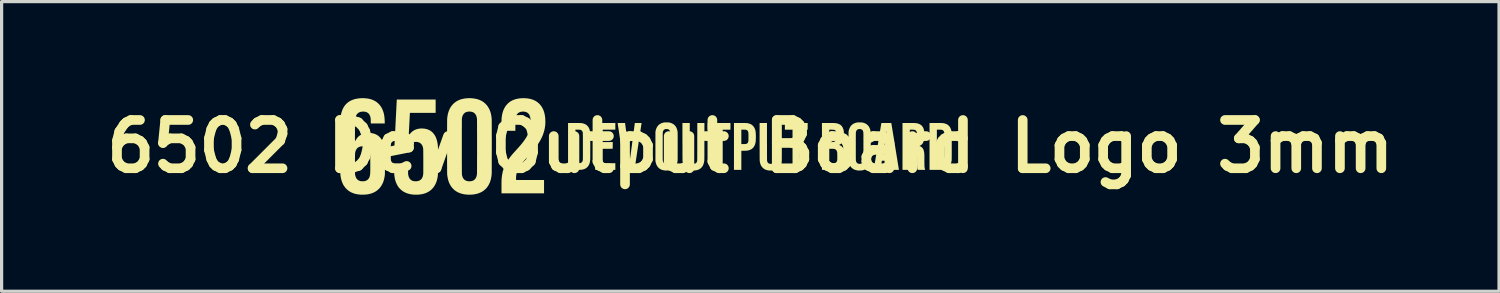
<source format=kicad_pcb>
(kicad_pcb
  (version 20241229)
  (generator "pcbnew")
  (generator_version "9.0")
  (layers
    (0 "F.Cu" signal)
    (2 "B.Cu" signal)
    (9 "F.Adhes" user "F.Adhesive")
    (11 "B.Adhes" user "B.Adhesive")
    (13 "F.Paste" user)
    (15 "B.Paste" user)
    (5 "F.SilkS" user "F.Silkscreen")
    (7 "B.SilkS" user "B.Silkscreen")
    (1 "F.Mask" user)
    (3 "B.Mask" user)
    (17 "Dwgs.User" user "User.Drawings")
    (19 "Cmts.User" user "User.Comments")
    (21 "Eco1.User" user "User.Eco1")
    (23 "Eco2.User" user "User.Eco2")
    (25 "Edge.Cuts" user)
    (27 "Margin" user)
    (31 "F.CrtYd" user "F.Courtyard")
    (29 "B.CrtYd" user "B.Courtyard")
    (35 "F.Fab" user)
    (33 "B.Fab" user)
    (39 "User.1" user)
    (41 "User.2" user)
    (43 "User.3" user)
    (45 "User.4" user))
  (footprint "6502 Dev Output Board Logo 3mm"
    (layer "F.Cu")
    (at 20.264 1.5)
    (property "Reference" "6502 Dev Output Board Logo 3mm" (at 0 0 0) (layer "F.SilkS") (effects (font (size 1.5 1.5) (thickness 0.3))))
    (attr board_only exclude_from_pos_files exclude_from_bom)
    (fp_poly (pts (xy -0.617 -0.624) (xy -0.617 -0.52) (xy -0.737 -0.52) (xy -0.858 -0.52) (xy -0.858 0.104) (xy -0.858 0.728) (xy -0.972 0.728) (xy -1.086 0.728) (xy -1.086 0.104) (xy -1.086 -0.52) (xy -1.206 -0.52) (xy -1.325 -0.52) (xy -1.325 -0.624) (xy -1.325 -0.728) (xy -0.971 -0.728) (xy -0.617 -0.728)) (stroke (width 0) (type solid)) (fill yes) (layer "F.SilkS"))
    (fp_poly (pts (xy 1.782 -0.624) (xy 1.782 -0.52) (xy 1.661 -0.52) (xy 1.541 -0.52) (xy 1.541 0.104) (xy 1.541 0.728) (xy 1.426 0.728) (xy 1.312 0.728) (xy 1.312 0.104) (xy 1.312 -0.52) (xy 1.193 -0.52) (xy 1.074 -0.52) (xy 1.074 -0.624) (xy 1.074 -0.728) (xy 1.428 -0.728) (xy 1.782 -0.728)) (stroke (width 0) (type solid)) (fill yes) (layer "F.SilkS"))
    (fp_poly (pts (xy -4.194 -0.625) (xy -4.194 -0.522) (xy -4.392 -0.521) (xy -4.589 -0.52) (xy -4.589 -0.327) (xy -4.589 -0.135) (xy -4.432 -0.135) (xy -4.274 -0.135) (xy -4.275 -0.031) (xy -4.276 0.072) (xy -4.432 0.073) (xy -4.589 0.074) (xy -4.589 0.297) (xy -4.589 0.52) (xy -4.392 0.521) (xy -4.194 0.522) (xy -4.194 0.625) (xy -4.193 0.728) (xy -4.505 0.728) (xy -4.818 0.728) (xy -4.818 -0.000001) (xy -4.818 -0.728) (xy -4.505 -0.728) (xy -4.193 -0.728)) (stroke (width 0) (type solid)) (fill yes) (layer "F.SilkS"))
    (fp_poly (pts (xy -0.283 -0.728) (xy -0.249 -0.728) (xy -0.219 -0.728) (xy -0.193 -0.728) (xy -0.17 -0.728) (xy -0.15 -0.727) (xy -0.133 -0.727) (xy -0.119 -0.726) (xy -0.106 -0.725) (xy -0.095 -0.724) (xy -0.084 -0.722) (xy -0.075 -0.72) (xy -0.065 -0.718) (xy -0.056 -0.716) (xy -0.05 -0.714) (xy -0.012 -0.703) (xy 0.021 -0.687) (xy 0.051 -0.668) (xy 0.078 -0.645) (xy 0.101 -0.618) (xy 0.122 -0.588) (xy 0.129 -0.574) (xy 0.138 -0.555) (xy 0.146 -0.535) (xy 0.153 -0.514) (xy 0.159 -0.491) (xy 0.163 -0.467) (xy 0.167 -0.44) (xy 0.169 -0.41) (xy 0.171 -0.377) (xy 0.172 -0.34) (xy 0.173 -0.298) (xy 0.173 -0.297) (xy 0.172 -0.255) (xy 0.171 -0.217) (xy 0.169 -0.183) (xy 0.167 -0.153) (xy 0.163 -0.125) (xy 0.158 -0.101) (xy 0.152 -0.078) (xy 0.145 -0.057) (xy 0.137 -0.037) (xy 0.131 -0.024) (xy 0.113 0.008) (xy 0.092 0.036) (xy 0.068 0.06) (xy 0.041 0.081) (xy 0.011 0.098) (xy -0.023 0.112) (xy -0.061 0.123) (xy -0.085 0.129) (xy -0.094 0.13) (xy -0.104 0.131) (xy -0.117 0.132) (xy -0.134 0.133) (xy -0.153 0.133) (xy -0.177 0.134) (xy -0.193 0.134) (xy -0.278 0.136) (xy -0.279 0.432) (xy -0.279 0.728) (xy -0.393 0.728) (xy -0.508 0.728) (xy -0.508 -0.000001) (xy -0.508 -0.297) (xy -0.279 -0.297) (xy -0.279 -0.074) (xy -0.213 -0.074) (xy -0.189 -0.074) (xy -0.17 -0.074) (xy -0.155 -0.075) (xy -0.143 -0.075) (xy -0.136 -0.077) (xy -0.133 -0.077) (xy -0.113 -0.085) (xy -0.096 -0.095) (xy -0.082 -0.109) (xy -0.071 -0.126) (xy -0.064 -0.147) (xy -0.061 -0.157) (xy -0.06 -0.162) (xy -0.06 -0.168) (xy -0.059 -0.176) (xy -0.058 -0.185) (xy -0.058 -0.197) (xy -0.058 -0.211) (xy -0.058 -0.228) (xy -0.057 -0.25) (xy -0.057 -0.275) (xy -0.057 -0.297) (xy -0.057 -0.326) (xy -0.057 -0.35) (xy -0.058 -0.37) (xy -0.058 -0.387) (xy -0.058 -0.401) (xy -0.059 -0.411) (xy -0.059 -0.42) (xy -0.06 -0.427) (xy -0.061 -0.433) (xy -0.061 -0.437) (xy -0.068 -0.459) (xy -0.077 -0.478) (xy -0.088 -0.493) (xy -0.103 -0.504) (xy -0.107 -0.506) (xy -0.114 -0.51) (xy -0.122 -0.513) (xy -0.13 -0.516) (xy -0.138 -0.518) (xy -0.149 -0.519) (xy -0.162 -0.52) (xy -0.178 -0.52) (xy -0.198 -0.52) (xy -0.213 -0.52) (xy -0.279 -0.52) (xy -0.279 -0.297) (xy -0.508 -0.297) (xy -0.508 -0.728) (xy -0.322 -0.728)) (stroke (width 0) (type solid)) (fill yes) (layer "F.SilkS"))
    (fp_poly (pts (xy 0.518 -0.142) (xy 0.518 -0.077) (xy 0.519 -0.017) (xy 0.519 0.038) (xy 0.519 0.088) (xy 0.519 0.134) (xy 0.519 0.176) (xy 0.519 0.215) (xy 0.519 0.249) (xy 0.519 0.28) (xy 0.519 0.308) (xy 0.519 0.332) (xy 0.52 0.354) (xy 0.52 0.373) (xy 0.52 0.389) (xy 0.52 0.404) (xy 0.52 0.416) (xy 0.521 0.426) (xy 0.521 0.434) (xy 0.521 0.441) (xy 0.522 0.446) (xy 0.522 0.451) (xy 0.522 0.454) (xy 0.523 0.457) (xy 0.523 0.459) (xy 0.524 0.461) (xy 0.533 0.484) (xy 0.544 0.503) (xy 0.559 0.518) (xy 0.576 0.53) (xy 0.597 0.537) (xy 0.622 0.541) (xy 0.635 0.541) (xy 0.66 0.539) (xy 0.681 0.534) (xy 0.7 0.525) (xy 0.716 0.513) (xy 0.717 0.512) (xy 0.726 0.501) (xy 0.733 0.49) (xy 0.739 0.476) (xy 0.744 0.46) (xy 0.75 0.44) (xy 0.751 -0.144) (xy 0.751 -0.728) (xy 0.862 -0.728) (xy 0.972 -0.728) (xy 0.972 -0.177) (xy 0.972 -0.111) (xy 0.972 -0.05) (xy 0.972 0.007) (xy 0.972 0.059) (xy 0.972 0.107) (xy 0.972 0.15) (xy 0.972 0.19) (xy 0.972 0.226) (xy 0.971 0.259) (xy 0.971 0.289) (xy 0.971 0.316) (xy 0.971 0.339) (xy 0.97 0.36) (xy 0.97 0.379) (xy 0.97 0.396) (xy 0.969 0.41) (xy 0.969 0.423) (xy 0.968 0.434) (xy 0.967 0.444) (xy 0.967 0.453) (xy 0.966 0.461) (xy 0.965 0.468) (xy 0.964 0.474) (xy 0.963 0.48) (xy 0.963 0.481) (xy 0.954 0.524) (xy 0.94 0.563) (xy 0.924 0.598) (xy 0.904 0.63) (xy 0.88 0.658) (xy 0.853 0.683) (xy 0.823 0.703) (xy 0.789 0.72) (xy 0.752 0.734) (xy 0.711 0.743) (xy 0.688 0.746) (xy 0.678 0.747) (xy 0.665 0.748) (xy 0.65 0.748) (xy 0.633 0.748) (xy 0.616 0.748) (xy 0.601 0.748) (xy 0.588 0.748) (xy 0.578 0.747) (xy 0.577 0.747) (xy 0.536 0.74) (xy 0.497 0.73) (xy 0.463 0.717) (xy 0.431 0.7) (xy 0.403 0.679) (xy 0.377 0.655) (xy 0.355 0.627) (xy 0.335 0.596) (xy 0.319 0.562) (xy 0.307 0.524) (xy 0.297 0.483) (xy 0.292 0.444) (xy 0.292 0.438) (xy 0.291 0.427) (xy 0.291 0.411) (xy 0.291 0.39) (xy 0.291 0.365) (xy 0.29 0.334) (xy 0.29 0.298) (xy 0.29 0.258) (xy 0.29 0.212) (xy 0.29 0.162) (xy 0.29 0.107) (xy 0.289 0.048) (xy 0.289 -0.017) (xy 0.289 -0.086) (xy 0.289 -0.155) (xy 0.289 -0.728) (xy 0.404 -0.728) (xy 0.518 -0.728)) (stroke (width 0) (type solid)) (fill yes) (layer "F.SilkS"))
    (fp_poly (pts (xy -3.379 -0.721) (xy -3.38 -0.718) (xy -3.381 -0.711) (xy -3.383 -0.698) (xy -3.386 -0.681) (xy -3.389 -0.66) (xy -3.393 -0.635) (xy -3.397 -0.606) (xy -3.402 -0.573) (xy -3.407 -0.537) (xy -3.413 -0.498) (xy -3.42 -0.456) (xy -3.426 -0.411) (xy -3.434 -0.363) (xy -3.441 -0.314) (xy -3.449 -0.261) (xy -3.457 -0.207) (xy -3.466 -0.151) (xy -3.474 -0.094) (xy -3.483 -0.035) (xy -3.489 0.001) (xy -3.498 0.061) (xy -3.507 0.119) (xy -3.515 0.176) (xy -3.524 0.231) (xy -3.532 0.285) (xy -3.539 0.336) (xy -3.547 0.385) (xy -3.554 0.432) (xy -3.56 0.475) (xy -3.567 0.516) (xy -3.572 0.554) (xy -3.578 0.589) (xy -3.582 0.62) (xy -3.586 0.647) (xy -3.59 0.671) (xy -3.593 0.69) (xy -3.595 0.705) (xy -3.597 0.716) (xy -3.598 0.722) (xy -3.598 0.723) (xy -3.599 0.728) (xy -3.75 0.728) (xy -3.783 0.728) (xy -3.811 0.728) (xy -3.835 0.728) (xy -3.854 0.728) (xy -3.87 0.728) (xy -3.882 0.728) (xy -3.891 0.727) (xy -3.897 0.727) (xy -3.901 0.726) (xy -3.902 0.725) (xy -3.902 0.725) (xy -3.903 0.723) (xy -3.904 0.715) (xy -3.906 0.703) (xy -3.908 0.687) (xy -3.912 0.666) (xy -3.915 0.642) (xy -3.919 0.615) (xy -3.924 0.583) (xy -3.929 0.549) (xy -3.935 0.512) (xy -3.941 0.473) (xy -3.947 0.431) (xy -3.954 0.387) (xy -3.961 0.341) (xy -3.968 0.293) (xy -3.976 0.244) (xy -3.983 0.194) (xy -3.991 0.143) (xy -3.999 0.091) (xy -4.007 0.039) (xy -4.015 -0.013) (xy -4.023 -0.065) (xy -4.03 -0.117) (xy -4.038 -0.169) (xy -4.046 -0.219) (xy -4.053 -0.269) (xy -4.061 -0.317) (xy -4.068 -0.364) (xy -4.074 -0.409) (xy -4.081 -0.452) (xy -4.087 -0.493) (xy -4.093 -0.532) (xy -4.098 -0.567) (xy -4.103 -0.6) (xy -4.108 -0.63) (xy -4.112 -0.656) (xy -4.115 -0.678) (xy -4.118 -0.696) (xy -4.12 -0.711) (xy -4.121 -0.721) (xy -4.122 -0.726) (xy -4.122 -0.727) (xy -4.12 -0.727) (xy -4.113 -0.727) (xy -4.102 -0.728) (xy -4.087 -0.728) (xy -4.069 -0.728) (xy -4.049 -0.728) (xy -4.027 -0.728) (xy -4.007 -0.728) (xy -3.892 -0.728) (xy -3.817 -0.163) (xy -3.81 -0.11) (xy -3.804 -0.058) (xy -3.797 -0.008) (xy -3.79 0.04) (xy -3.784 0.086) (xy -3.778 0.13) (xy -3.773 0.172) (xy -3.767 0.21) (xy -3.762 0.246) (xy -3.758 0.279) (xy -3.754 0.309) (xy -3.75 0.334) (xy -3.747 0.356) (xy -3.745 0.374) (xy -3.743 0.388) (xy -3.741 0.397) (xy -3.74 0.402) (xy -3.74 0.402) (xy -3.74 0.4) (xy -3.738 0.393) (xy -3.737 0.381) (xy -3.734 0.364) (xy -3.731 0.344) (xy -3.728 0.32) (xy -3.724 0.292) (xy -3.72 0.26) (xy -3.715 0.226) (xy -3.71 0.188) (xy -3.704 0.148) (xy -3.699 0.105) (xy -3.692 0.059) (xy -3.686 0.012) (xy -3.679 -0.037) (xy -3.673 -0.088) (xy -3.666 -0.141) (xy -3.663 -0.163) (xy -3.588 -0.728) (xy -3.483 -0.728) (xy -3.378 -0.728)) (stroke (width 0) (type solid)) (fill yes) (layer "F.SilkS"))
    (fp_poly (pts (xy -1.881 -0.15) (xy -1.881 -0.086) (xy -1.881 -0.027) (xy -1.881 0.027) (xy -1.881 0.077) (xy -1.881 0.123) (xy -1.881 0.164) (xy -1.881 0.202) (xy -1.881 0.236) (xy -1.88 0.267) (xy -1.88 0.294) (xy -1.88 0.318) (xy -1.88 0.34) (xy -1.88 0.359) (xy -1.88 0.375) (xy -1.88 0.389) (xy -1.879 0.401) (xy -1.879 0.411) (xy -1.879 0.42) (xy -1.879 0.427) (xy -1.878 0.433) (xy -1.878 0.438) (xy -1.877 0.442) (xy -1.877 0.445) (xy -1.877 0.448) (xy -1.876 0.451) (xy -1.871 0.47) (xy -1.865 0.486) (xy -1.858 0.499) (xy -1.848 0.511) (xy -1.847 0.512) (xy -1.831 0.524) (xy -1.814 0.533) (xy -1.794 0.539) (xy -1.771 0.541) (xy -1.764 0.541) (xy -1.738 0.539) (xy -1.715 0.533) (xy -1.696 0.524) (xy -1.68 0.51) (xy -1.667 0.493) (xy -1.657 0.471) (xy -1.653 0.458) (xy -1.653 0.455) (xy -1.652 0.453) (xy -1.652 0.449) (xy -1.651 0.445) (xy -1.651 0.44) (xy -1.651 0.433) (xy -1.65 0.425) (xy -1.65 0.415) (xy -1.65 0.403) (xy -1.65 0.389) (xy -1.65 0.373) (xy -1.649 0.354) (xy -1.649 0.332) (xy -1.649 0.308) (xy -1.649 0.281) (xy -1.649 0.25) (xy -1.649 0.216) (xy -1.649 0.178) (xy -1.648 0.136) (xy -1.648 0.09) (xy -1.648 0.04) (xy -1.648 -0.014) (xy -1.648 -0.073) (xy -1.648 -0.137) (xy -1.648 -0.144) (xy -1.647 -0.728) (xy -1.537 -0.728) (xy -1.426 -0.728) (xy -1.426 -0.175) (xy -1.427 -0.108) (xy -1.427 -0.045) (xy -1.427 0.014) (xy -1.427 0.07) (xy -1.427 0.122) (xy -1.427 0.171) (xy -1.427 0.216) (xy -1.427 0.257) (xy -1.427 0.293) (xy -1.428 0.325) (xy -1.428 0.353) (xy -1.428 0.377) (xy -1.428 0.395) (xy -1.429 0.409) (xy -1.429 0.418) (xy -1.429 0.42) (xy -1.433 0.464) (xy -1.441 0.505) (xy -1.451 0.542) (xy -1.464 0.576) (xy -1.48 0.607) (xy -1.499 0.635) (xy -1.522 0.662) (xy -1.549 0.686) (xy -1.58 0.706) (xy -1.614 0.722) (xy -1.651 0.735) (xy -1.691 0.743) (xy -1.711 0.746) (xy -1.726 0.747) (xy -1.745 0.748) (xy -1.765 0.748) (xy -1.787 0.748) (xy -1.807 0.747) (xy -1.825 0.746) (xy -1.837 0.745) (xy -1.878 0.737) (xy -1.915 0.726) (xy -1.948 0.711) (xy -1.979 0.692) (xy -2.006 0.67) (xy -2.021 0.655) (xy -2.042 0.63) (xy -2.059 0.604) (xy -2.074 0.574) (xy -2.087 0.541) (xy -2.097 0.504) (xy -2.102 0.478) (xy -2.103 0.475) (xy -2.104 0.472) (xy -2.104 0.469) (xy -2.104 0.465) (xy -2.105 0.461) (xy -2.105 0.456) (xy -2.106 0.449) (xy -2.106 0.442) (xy -2.106 0.433) (xy -2.106 0.423) (xy -2.107 0.411) (xy -2.107 0.396) (xy -2.107 0.38) (xy -2.107 0.361) (xy -2.107 0.339) (xy -2.108 0.315) (xy -2.108 0.287) (xy -2.108 0.257) (xy -2.108 0.223) (xy -2.108 0.185) (xy -2.108 0.143) (xy -2.108 0.098) (xy -2.108 0.048) (xy -2.108 -0.006) (xy -2.108 -0.065) (xy -2.109 -0.129) (xy -2.109 -0.139) (xy -2.109 -0.728) (xy -1.995 -0.728) (xy -1.881 -0.728)) (stroke (width 0) (type solid)) (fill yes) (layer "F.SilkS"))
    (fp_poly (pts (xy 5.762 -0.728) (xy 5.801 -0.728) (xy 5.835 -0.728) (xy 5.865 -0.728) (xy 5.89 -0.728) (xy 5.913 -0.728) (xy 5.932 -0.727) (xy 5.948 -0.727) (xy 5.963 -0.726) (xy 5.975 -0.725) (xy 5.986 -0.724) (xy 5.996 -0.723) (xy 6.005 -0.722) (xy 6.014 -0.72) (xy 6.023 -0.718) (xy 6.032 -0.716) (xy 6.069 -0.705) (xy 6.104 -0.69) (xy 6.135 -0.671) (xy 6.162 -0.648) (xy 6.187 -0.622) (xy 6.208 -0.592) (xy 6.225 -0.558) (xy 6.236 -0.529) (xy 6.244 -0.502) (xy 6.25 -0.472) (xy 6.255 -0.441) (xy 6.257 -0.427) (xy 6.257 -0.42) (xy 6.257 -0.409) (xy 6.258 -0.393) (xy 6.258 -0.372) (xy 6.258 -0.346) (xy 6.258 -0.316) (xy 6.259 -0.282) (xy 6.259 -0.243) (xy 6.259 -0.2) (xy 6.259 -0.153) (xy 6.259 -0.102) (xy 6.259 -0.048) (xy 6.259 -0.000001) (xy 6.259 0.058) (xy 6.259 0.112) (xy 6.259 0.162) (xy 6.259 0.208) (xy 6.259 0.25) (xy 6.259 0.288) (xy 6.258 0.322) (xy 6.258 0.351) (xy 6.258 0.376) (xy 6.258 0.396) (xy 6.257 0.411) (xy 6.257 0.422) (xy 6.257 0.427) (xy 6.25 0.472) (xy 6.24 0.514) (xy 6.227 0.552) (xy 6.21 0.587) (xy 6.19 0.617) (xy 6.167 0.644) (xy 6.14 0.667) (xy 6.109 0.687) (xy 6.075 0.703) (xy 6.038 0.714) (xy 6.032 0.716) (xy 6.022 0.718) (xy 6.013 0.72) (xy 6.004 0.722) (xy 5.995 0.723) (xy 5.985 0.724) (xy 5.974 0.725) (xy 5.962 0.726) (xy 5.948 0.727) (xy 5.931 0.727) (xy 5.912 0.728) (xy 5.889 0.728) (xy 5.863 0.728) (xy 5.833 0.728) (xy 5.799 0.728) (xy 5.762 0.728) (xy 5.569 0.728) (xy 5.569 -0.000001) (xy 5.797 -0.000001) (xy 5.797 0.52) (xy 5.866 0.52) (xy 5.888 0.52) (xy 5.906 0.52) (xy 5.92 0.52) (xy 5.931 0.519) (xy 5.94 0.518) (xy 5.947 0.517) (xy 5.95 0.516) (xy 5.972 0.509) (xy 5.99 0.497) (xy 6.004 0.483) (xy 6.016 0.464) (xy 6.016 0.464) (xy 6.018 0.46) (xy 6.019 0.456) (xy 6.021 0.452) (xy 6.022 0.448) (xy 6.024 0.443) (xy 6.025 0.438) (xy 6.026 0.432) (xy 6.027 0.425) (xy 6.028 0.416) (xy 6.028 0.406) (xy 6.029 0.393) (xy 6.029 0.379) (xy 6.03 0.362) (xy 6.03 0.343) (xy 6.03 0.321) (xy 6.03 0.295) (xy 6.031 0.266) (xy 6.031 0.234) (xy 6.031 0.198) (xy 6.031 0.158) (xy 6.031 0.113) (xy 6.031 0.064) (xy 6.031 0.01) (xy 6.031 -0.000001) (xy 6.031 -0.054) (xy 6.031 -0.103) (xy 6.031 -0.147) (xy 6.031 -0.187) (xy 6.031 -0.223) (xy 6.031 -0.255) (xy 6.03 -0.283) (xy 6.03 -0.308) (xy 6.03 -0.33) (xy 6.03 -0.349) (xy 6.03 -0.365) (xy 6.03 -0.378) (xy 6.029 -0.39) (xy 6.029 -0.399) (xy 6.029 -0.407) (xy 6.028 -0.414) (xy 6.028 -0.419) (xy 6.027 -0.423) (xy 6.027 -0.425) (xy 6.021 -0.45) (xy 6.012 -0.471) (xy 6 -0.488) (xy 5.985 -0.501) (xy 5.966 -0.511) (xy 5.955 -0.515) (xy 5.949 -0.517) (xy 5.943 -0.518) (xy 5.937 -0.519) (xy 5.929 -0.52) (xy 5.918 -0.52) (xy 5.905 -0.52) (xy 5.887 -0.52) (xy 5.867 -0.52) (xy 5.797 -0.52) (xy 5.797 -0.000001) (xy 5.569 -0.000001) (xy 5.569 -0.728)) (stroke (width 0) (type solid)) (fill yes) (layer "F.SilkS"))
    (fp_poly (pts (xy -5.434 -0.728) (xy -5.401 -0.728) (xy -5.372 -0.728) (xy -5.347 -0.728) (xy -5.326 -0.728) (xy -5.308 -0.728) (xy -5.293 -0.727) (xy -5.28 -0.727) (xy -5.27 -0.726) (xy -5.261 -0.726) (xy -5.253 -0.725) (xy -5.25 -0.725) (xy -5.208 -0.718) (xy -5.17 -0.707) (xy -5.135 -0.693) (xy -5.104 -0.675) (xy -5.076 -0.654) (xy -5.067 -0.645) (xy -5.044 -0.62) (xy -5.025 -0.591) (xy -5.008 -0.56) (xy -4.995 -0.525) (xy -4.985 -0.487) (xy -4.978 -0.444) (xy -4.975 -0.411) (xy -4.975 -0.404) (xy -4.974 -0.391) (xy -4.974 -0.374) (xy -4.974 -0.354) (xy -4.974 -0.329) (xy -4.973 -0.302) (xy -4.973 -0.271) (xy -4.973 -0.238) (xy -4.973 -0.202) (xy -4.973 -0.165) (xy -4.973 -0.127) (xy -4.972 -0.087) (xy -4.972 -0.046) (xy -4.972 -0.005) (xy -4.972 0.036) (xy -4.972 0.077) (xy -4.973 0.117) (xy -4.973 0.156) (xy -4.973 0.193) (xy -4.973 0.229) (xy -4.973 0.263) (xy -4.973 0.294) (xy -4.973 0.323) (xy -4.974 0.348) (xy -4.974 0.369) (xy -4.974 0.387) (xy -4.975 0.401) (xy -4.975 0.41) (xy -4.975 0.411) (xy -4.98 0.458) (xy -4.988 0.501) (xy -5 0.54) (xy -5.016 0.575) (xy -5.034 0.607) (xy -5.057 0.635) (xy -5.082 0.659) (xy -5.111 0.68) (xy -5.144 0.697) (xy -5.18 0.71) (xy -5.22 0.72) (xy -5.25 0.725) (xy -5.257 0.725) (xy -5.265 0.726) (xy -5.275 0.727) (xy -5.286 0.727) (xy -5.3 0.727) (xy -5.317 0.728) (xy -5.336 0.728) (xy -5.359 0.728) (xy -5.386 0.728) (xy -5.417 0.728) (xy -5.452 0.728) (xy -5.472 0.728) (xy -5.663 0.728) (xy -5.663 -0.000001) (xy -5.434 -0.000001) (xy -5.434 0.52) (xy -5.366 0.52) (xy -5.343 0.52) (xy -5.325 0.52) (xy -5.311 0.52) (xy -5.3 0.519) (xy -5.291 0.518) (xy -5.284 0.517) (xy -5.281 0.516) (xy -5.264 0.51) (xy -5.249 0.502) (xy -5.235 0.489) (xy -5.233 0.488) (xy -5.224 0.476) (xy -5.216 0.463) (xy -5.211 0.448) (xy -5.206 0.431) (xy -5.206 0.429) (xy -5.205 0.425) (xy -5.205 0.421) (xy -5.204 0.416) (xy -5.204 0.41) (xy -5.204 0.402) (xy -5.203 0.392) (xy -5.203 0.381) (xy -5.203 0.367) (xy -5.203 0.351) (xy -5.203 0.332) (xy -5.202 0.31) (xy -5.202 0.285) (xy -5.202 0.257) (xy -5.202 0.225) (xy -5.202 0.189) (xy -5.202 0.149) (xy -5.202 0.104) (xy -5.202 0.055) (xy -5.202 0.002) (xy -5.202 -0.000001) (xy -5.202 -0.054) (xy -5.202 -0.103) (xy -5.202 -0.148) (xy -5.202 -0.188) (xy -5.202 -0.224) (xy -5.202 -0.256) (xy -5.202 -0.284) (xy -5.202 -0.309) (xy -5.203 -0.331) (xy -5.203 -0.35) (xy -5.203 -0.367) (xy -5.203 -0.38) (xy -5.203 -0.392) (xy -5.204 -0.402) (xy -5.204 -0.41) (xy -5.204 -0.416) (xy -5.205 -0.421) (xy -5.205 -0.425) (xy -5.206 -0.429) (xy -5.206 -0.431) (xy -5.206 -0.431) (xy -5.211 -0.45) (xy -5.217 -0.465) (xy -5.225 -0.477) (xy -5.233 -0.488) (xy -5.241 -0.496) (xy -5.249 -0.503) (xy -5.258 -0.508) (xy -5.267 -0.512) (xy -5.278 -0.516) (xy -5.292 -0.518) (xy -5.308 -0.519) (xy -5.328 -0.52) (xy -5.352 -0.52) (xy -5.366 -0.52) (xy -5.434 -0.52) (xy -5.434 -0.000001) (xy -5.663 -0.000001) (xy -5.663 -0.728) (xy -5.472 -0.728)) (stroke (width 0) (type solid)) (fill yes) (layer "F.SilkS"))
    (fp_poly (pts (xy 4.952 -0.728) (xy 4.986 -0.728) (xy 5.017 -0.728) (xy 5.045 -0.728) (xy 5.07 -0.728) (xy 5.091 -0.727) (xy 5.109 -0.727) (xy 5.121 -0.726) (xy 5.13 -0.726) (xy 5.13 -0.726) (xy 5.173 -0.72) (xy 5.212 -0.711) (xy 5.248 -0.698) (xy 5.279 -0.682) (xy 5.307 -0.663) (xy 5.331 -0.641) (xy 5.352 -0.615) (xy 5.37 -0.585) (xy 5.384 -0.552) (xy 5.395 -0.515) (xy 5.399 -0.495) (xy 5.402 -0.476) (xy 5.404 -0.452) (xy 5.406 -0.425) (xy 5.407 -0.396) (xy 5.408 -0.366) (xy 5.408 -0.335) (xy 5.408 -0.305) (xy 5.406 -0.276) (xy 5.405 -0.249) (xy 5.402 -0.225) (xy 5.399 -0.206) (xy 5.399 -0.204) (xy 5.39 -0.169) (xy 5.378 -0.137) (xy 5.364 -0.108) (xy 5.351 -0.088) (xy 5.335 -0.069) (xy 5.316 -0.052) (xy 5.295 -0.036) (xy 5.274 -0.024) (xy 5.27 -0.022) (xy 5.264 -0.019) (xy 5.26 -0.016) (xy 5.259 -0.014) (xy 5.261 -0.012) (xy 5.267 -0.009) (xy 5.27 -0.008) (xy 5.287 -0.001) (xy 5.305 0.009) (xy 5.323 0.022) (xy 5.338 0.035) (xy 5.354 0.054) (xy 5.368 0.075) (xy 5.379 0.099) (xy 5.389 0.126) (xy 5.396 0.157) (xy 5.403 0.193) (xy 5.404 0.204) (xy 5.405 0.213) (xy 5.406 0.221) (xy 5.407 0.23) (xy 5.407 0.24) (xy 5.408 0.252) (xy 5.408 0.265) (xy 5.409 0.28) (xy 5.409 0.299) (xy 5.409 0.321) (xy 5.409 0.346) (xy 5.409 0.376) (xy 5.409 0.396) (xy 5.409 0.44) (xy 5.409 0.479) (xy 5.41 0.514) (xy 5.41 0.545) (xy 5.411 0.572) (xy 5.411 0.596) (xy 5.412 0.617) (xy 5.414 0.635) (xy 5.415 0.651) (xy 5.417 0.665) (xy 5.419 0.678) (xy 5.422 0.69) (xy 5.425 0.7) (xy 5.428 0.71) (xy 5.432 0.72) (xy 5.433 0.724) (xy 5.433 0.725) (xy 5.433 0.726) (xy 5.431 0.727) (xy 5.427 0.727) (xy 5.422 0.728) (xy 5.413 0.728) (xy 5.402 0.728) (xy 5.388 0.728) (xy 5.37 0.728) (xy 5.347 0.728) (xy 5.32 0.728) (xy 5.318 0.728) (xy 5.202 0.728) (xy 5.197 0.713) (xy 5.195 0.702) (xy 5.192 0.692) (xy 5.19 0.68) (xy 5.188 0.668) (xy 5.187 0.654) (xy 5.185 0.639) (xy 5.184 0.622) (xy 5.183 0.602) (xy 5.182 0.58) (xy 5.182 0.554) (xy 5.181 0.525) (xy 5.181 0.492) (xy 5.181 0.455) (xy 5.181 0.414) (xy 5.181 0.388) (xy 5.181 0.355) (xy 5.18 0.326) (xy 5.18 0.302) (xy 5.18 0.281) (xy 5.18 0.264) (xy 5.179 0.25) (xy 5.179 0.239) (xy 5.178 0.23) (xy 5.178 0.222) (xy 5.177 0.217) (xy 5.171 0.191) (xy 5.164 0.17) (xy 5.155 0.152) (xy 5.143 0.138) (xy 5.128 0.126) (xy 5.114 0.118) (xy 5.102 0.113) (xy 5.09 0.11) (xy 5.076 0.107) (xy 5.059 0.106) (xy 5.04 0.104) (xy 5.016 0.104) (xy 5.009 0.104) (xy 4.957 0.104) (xy 4.957 0.416) (xy 4.957 0.728) (xy 4.843 0.728) (xy 4.729 0.728) (xy 4.729 -0.000001) (xy 4.729 -0.312) (xy 4.957 -0.312) (xy 4.957 -0.104) (xy 5.007 -0.104) (xy 5.024 -0.104) (xy 5.04 -0.105) (xy 5.055 -0.105) (xy 5.067 -0.106) (xy 5.074 -0.107) (xy 5.099 -0.112) (xy 5.121 -0.122) (xy 5.133 -0.129) (xy 5.143 -0.139) (xy 5.152 -0.149) (xy 5.16 -0.161) (xy 5.166 -0.175) (xy 5.171 -0.192) (xy 5.175 -0.211) (xy 5.178 -0.234) (xy 5.179 -0.26) (xy 5.18 -0.29) (xy 5.18 -0.325) (xy 5.18 -0.341) (xy 5.179 -0.372) (xy 5.177 -0.397) (xy 5.175 -0.419) (xy 5.172 -0.438) (xy 5.168 -0.453) (xy 5.163 -0.466) (xy 5.157 -0.477) (xy 5.149 -0.487) (xy 5.144 -0.492) (xy 5.136 -0.5) (xy 5.128 -0.506) (xy 5.119 -0.511) (xy 5.109 -0.514) (xy 5.097 -0.517) (xy 5.082 -0.519) (xy 5.064 -0.52) (xy 5.042 -0.52) (xy 5.021 -0.52) (xy 4.957 -0.52) (xy 4.957 -0.312) (xy 4.729 -0.312) (xy 4.729 -0.728) (xy 4.916 -0.728)) (stroke (width 0) (type solid)) (fill yes) (layer "F.SilkS"))
    (fp_poly (pts (xy 4.382 -0.723) (xy 4.383 -0.72) (xy 4.384 -0.712) (xy 4.386 -0.7) (xy 4.389 -0.683) (xy 4.392 -0.662) (xy 4.396 -0.637) (xy 4.401 -0.608) (xy 4.406 -0.576) (xy 4.412 -0.54) (xy 4.419 -0.501) (xy 4.425 -0.459) (xy 4.433 -0.414) (xy 4.44 -0.366) (xy 4.449 -0.317) (xy 4.457 -0.264) (xy 4.466 -0.21) (xy 4.475 -0.154) (xy 4.484 -0.097) (xy 4.494 -0.038) (xy 4.5 0.001) (xy 4.51 0.061) (xy 4.519 0.119) (xy 4.529 0.176) (xy 4.538 0.232) (xy 4.546 0.285) (xy 4.555 0.336) (xy 4.563 0.385) (xy 4.57 0.432) (xy 4.577 0.476) (xy 4.584 0.517) (xy 4.59 0.555) (xy 4.596 0.589) (xy 4.601 0.62) (xy 4.605 0.648) (xy 4.609 0.671) (xy 4.613 0.691) (xy 4.615 0.706) (xy 4.617 0.717) (xy 4.618 0.723) (xy 4.618 0.724) (xy 4.618 0.725) (xy 4.617 0.726) (xy 4.615 0.727) (xy 4.612 0.727) (xy 4.606 0.728) (xy 4.598 0.728) (xy 4.587 0.728) (xy 4.572 0.728) (xy 4.554 0.728) (xy 4.531 0.728) (xy 4.505 0.728) (xy 4.39 0.727) (xy 4.37 0.586) (xy 4.35 0.444) (xy 4.219 0.444) (xy 4.088 0.444) (xy 4.068 0.582) (xy 4.064 0.608) (xy 4.061 0.632) (xy 4.057 0.655) (xy 4.054 0.675) (xy 4.052 0.693) (xy 4.05 0.707) (xy 4.048 0.717) (xy 4.047 0.723) (xy 4.047 0.724) (xy 4.046 0.725) (xy 4.045 0.726) (xy 4.042 0.727) (xy 4.038 0.727) (xy 4.031 0.728) (xy 4.022 0.728) (xy 4.01 0.728) (xy 3.994 0.728) (xy 3.974 0.728) (xy 3.95 0.728) (xy 3.94 0.728) (xy 3.918 0.728) (xy 3.897 0.728) (xy 3.878 0.728) (xy 3.862 0.728) (xy 3.85 0.728) (xy 3.841 0.727) (xy 3.836 0.727) (xy 3.835 0.727) (xy 3.836 0.724) (xy 3.837 0.717) (xy 3.839 0.705) (xy 3.841 0.688) (xy 3.845 0.668) (xy 3.849 0.643) (xy 3.853 0.614) (xy 3.859 0.582) (xy 3.864 0.547) (xy 3.871 0.508) (xy 3.877 0.466) (xy 3.885 0.421) (xy 3.892 0.374) (xy 3.901 0.324) (xy 3.909 0.272) (xy 3.914 0.243) (xy 4.115 0.243) (xy 4.116 0.244) (xy 4.118 0.244) (xy 4.122 0.245) (xy 4.128 0.245) (xy 4.137 0.246) (xy 4.149 0.246) (xy 4.164 0.246) (xy 4.183 0.246) (xy 4.207 0.246) (xy 4.218 0.246) (xy 4.322 0.246) (xy 4.316 0.206) (xy 4.309 0.156) (xy 4.302 0.107) (xy 4.295 0.057) (xy 4.288 0.009) (xy 4.282 -0.039) (xy 4.275 -0.086) (xy 4.269 -0.131) (xy 4.262 -0.174) (xy 4.256 -0.216) (xy 4.251 -0.256) (xy 4.245 -0.293) (xy 4.24 -0.327) (xy 4.236 -0.358) (xy 4.231 -0.386) (xy 4.228 -0.411) (xy 4.224 -0.432) (xy 4.222 -0.449) (xy 4.22 -0.462) (xy 4.218 -0.471) (xy 4.217 -0.474) (xy 4.217 -0.475) (xy 4.217 -0.472) (xy 4.215 -0.465) (xy 4.213 -0.453) (xy 4.211 -0.437) (xy 4.208 -0.417) (xy 4.204 -0.392) (xy 4.2 -0.365) (xy 4.196 -0.334) (xy 4.191 -0.299) (xy 4.186 -0.262) (xy 4.18 -0.222) (xy 4.174 -0.179) (xy 4.168 -0.135) (xy 4.166 -0.119) (xy 4.16 -0.077) (xy 4.154 -0.036) (xy 4.149 0.003) (xy 4.144 0.04) (xy 4.139 0.075) (xy 4.134 0.107) (xy 4.13 0.137) (xy 4.126 0.163) (xy 4.123 0.186) (xy 4.121 0.206) (xy 4.118 0.222) (xy 4.117 0.233) (xy 4.116 0.24) (xy 4.115 0.242) (xy 4.115 0.243) (xy 3.914 0.243) (xy 3.918 0.218) (xy 3.927 0.162) (xy 3.936 0.105) (xy 3.946 0.046) (xy 3.953 -0.000109) (xy 3.963 -0.06) (xy 3.973 -0.119) (xy 3.982 -0.176) (xy 3.991 -0.231) (xy 4 -0.285) (xy 4.008 -0.336) (xy 4.016 -0.386) (xy 4.024 -0.432) (xy 4.031 -0.476) (xy 4.037 -0.517) (xy 4.044 -0.556) (xy 4.049 -0.59) (xy 4.054 -0.622) (xy 4.059 -0.649) (xy 4.063 -0.673) (xy 4.066 -0.693) (xy 4.068 -0.708) (xy 4.07 -0.719) (xy 4.071 -0.725) (xy 4.071 -0.727) (xy 4.074 -0.727) (xy 4.081 -0.727) (xy 4.092 -0.728) (xy 4.107 -0.728) (xy 4.126 -0.728) (xy 4.147 -0.728) (xy 4.171 -0.728) (xy 4.197 -0.728) (xy 4.224 -0.728) (xy 4.226 -0.728) (xy 4.381 -0.728)) (stroke (width 0) (type solid)) (fill yes) (layer "F.SilkS"))
    (fp_poly (pts (xy 2.452 -0.728) (xy 2.486 -0.728) (xy 2.517 -0.728) (xy 2.545 -0.728) (xy 2.57 -0.728) (xy 2.591 -0.727) (xy 2.609 -0.727) (xy 2.622 -0.726) (xy 2.63 -0.726) (xy 2.632 -0.726) (xy 2.675 -0.72) (xy 2.714 -0.71) (xy 2.749 -0.698) (xy 2.78 -0.683) (xy 2.808 -0.665) (xy 2.832 -0.643) (xy 2.852 -0.617) (xy 2.87 -0.588) (xy 2.884 -0.556) (xy 2.894 -0.523) (xy 2.898 -0.51) (xy 2.901 -0.498) (xy 2.903 -0.486) (xy 2.904 -0.474) (xy 2.906 -0.46) (xy 2.906 -0.444) (xy 2.907 -0.426) (xy 2.907 -0.404) (xy 2.907 -0.378) (xy 2.907 -0.368) (xy 2.907 -0.338) (xy 2.907 -0.312) (xy 2.907 -0.292) (xy 2.906 -0.275) (xy 2.905 -0.263) (xy 2.904 -0.256) (xy 2.896 -0.217) (xy 2.885 -0.182) (xy 2.872 -0.15) (xy 2.865 -0.139) (xy 2.85 -0.117) (xy 2.831 -0.097) (xy 2.81 -0.078) (xy 2.787 -0.063) (xy 2.774 -0.056) (xy 2.767 -0.052) (xy 2.763 -0.049) (xy 2.762 -0.048) (xy 2.765 -0.046) (xy 2.771 -0.042) (xy 2.779 -0.038) (xy 2.782 -0.037) (xy 2.812 -0.021) (xy 2.839 -0.002) (xy 2.862 0.021) (xy 2.882 0.049) (xy 2.899 0.08) (xy 2.913 0.115) (xy 2.923 0.154) (xy 2.927 0.178) (xy 2.928 0.185) (xy 2.929 0.196) (xy 2.929 0.21) (xy 2.93 0.227) (xy 2.93 0.249) (xy 2.93 0.274) (xy 2.93 0.304) (xy 2.93 0.322) (xy 2.93 0.353) (xy 2.93 0.379) (xy 2.93 0.401) (xy 2.93 0.42) (xy 2.929 0.436) (xy 2.928 0.449) (xy 2.927 0.461) (xy 2.926 0.471) (xy 2.924 0.481) (xy 2.922 0.491) (xy 2.919 0.502) (xy 2.916 0.513) (xy 2.915 0.514) (xy 2.902 0.551) (xy 2.886 0.585) (xy 2.865 0.615) (xy 2.842 0.642) (xy 2.815 0.665) (xy 2.784 0.685) (xy 2.749 0.701) (xy 2.711 0.713) (xy 2.677 0.721) (xy 2.671 0.722) (xy 2.666 0.723) (xy 2.661 0.724) (xy 2.655 0.725) (xy 2.648 0.725) (xy 2.639 0.726) (xy 2.629 0.726) (xy 2.617 0.726) (xy 2.602 0.727) (xy 2.584 0.727) (xy 2.564 0.727) (xy 2.539 0.727) (xy 2.511 0.727) (xy 2.478 0.728) (xy 2.441 0.728) (xy 2.437 0.728) (xy 2.226 0.729) (xy 2.226 0.297) (xy 2.454 0.297) (xy 2.454 0.521) (xy 2.538 0.52) (xy 2.561 0.519) (xy 2.58 0.519) (xy 2.596 0.519) (xy 2.608 0.518) (xy 2.617 0.518) (xy 2.624 0.517) (xy 2.629 0.516) (xy 2.633 0.515) (xy 2.634 0.515) (xy 2.654 0.505) (xy 2.67 0.492) (xy 2.683 0.476) (xy 2.692 0.457) (xy 2.693 0.456) (xy 2.695 0.447) (xy 2.697 0.439) (xy 2.699 0.431) (xy 2.701 0.422) (xy 2.702 0.411) (xy 2.702 0.399) (xy 2.703 0.384) (xy 2.703 0.366) (xy 2.703 0.344) (xy 2.703 0.318) (xy 2.703 0.297) (xy 2.702 0.27) (xy 2.702 0.248) (xy 2.702 0.23) (xy 2.701 0.216) (xy 2.701 0.204) (xy 2.7 0.195) (xy 2.7 0.187) (xy 2.699 0.181) (xy 2.698 0.176) (xy 2.697 0.17) (xy 2.696 0.168) (xy 2.688 0.143) (xy 2.677 0.123) (xy 2.663 0.106) (xy 2.646 0.093) (xy 2.625 0.083) (xy 2.604 0.077) (xy 2.596 0.076) (xy 2.584 0.075) (xy 2.569 0.074) (xy 2.549 0.074) (xy 2.525 0.074) (xy 2.521 0.074) (xy 2.454 0.074) (xy 2.454 0.297) (xy 2.226 0.297) (xy 2.226 0.000121) (xy 2.226 -0.327) (xy 2.454 -0.327) (xy 2.454 -0.134) (xy 2.516 -0.135) (xy 2.539 -0.136) (xy 2.557 -0.137) (xy 2.572 -0.138) (xy 2.583 -0.139) (xy 2.591 -0.14) (xy 2.592 -0.141) (xy 2.615 -0.149) (xy 2.634 -0.161) (xy 2.65 -0.176) (xy 2.663 -0.195) (xy 2.672 -0.217) (xy 2.674 -0.225) (xy 2.676 -0.233) (xy 2.677 -0.245) (xy 2.678 -0.261) (xy 2.679 -0.28) (xy 2.68 -0.3) (xy 2.68 -0.321) (xy 2.68 -0.343) (xy 2.68 -0.364) (xy 2.68 -0.383) (xy 2.679 -0.4) (xy 2.678 -0.415) (xy 2.677 -0.424) (xy 2.671 -0.449) (xy 2.661 -0.471) (xy 2.649 -0.489) (xy 2.633 -0.503) (xy 2.615 -0.513) (xy 2.61 -0.515) (xy 2.606 -0.516) (xy 2.601 -0.517) (xy 2.595 -0.518) (xy 2.586 -0.519) (xy 2.575 -0.519) (xy 2.561 -0.519) (xy 2.543 -0.52) (xy 2.527 -0.52) (xy 2.454 -0.521) (xy 2.454 -0.327) (xy 2.226 -0.327) (xy 2.226 -0.728) (xy 2.416 -0.728)) (stroke (width 0) (type solid)) (fill yes) (layer "F.SilkS"))
    (fp_poly (pts (xy -7.025 -1.498) (xy -7.002 -1.498) (xy -6.981 -1.497) (xy -6.964 -1.496) (xy -6.952 -1.495) (xy -6.892 -1.487) (xy -6.835 -1.476) (xy -6.782 -1.461) (xy -6.732 -1.442) (xy -6.686 -1.421) (xy -6.643 -1.395) (xy -6.603 -1.366) (xy -6.566 -1.334) (xy -6.549 -1.317) (xy -6.516 -1.279) (xy -6.486 -1.238) (xy -6.46 -1.194) (xy -6.437 -1.147) (xy -6.417 -1.096) (xy -6.4 -1.042) (xy -6.387 -0.984) (xy -6.377 -0.922) (xy -6.375 -0.906) (xy -6.373 -0.89) (xy -6.372 -0.87) (xy -6.371 -0.847) (xy -6.37 -0.822) (xy -6.369 -0.795) (xy -6.369 -0.769) (xy -6.369 -0.743) (xy -6.369 -0.719) (xy -6.37 -0.698) (xy -6.371 -0.681) (xy -6.371 -0.679) (xy -6.379 -0.61) (xy -6.391 -0.542) (xy -6.407 -0.475) (xy -6.427 -0.409) (xy -6.451 -0.342) (xy -6.48 -0.276) (xy -6.514 -0.21) (xy -6.552 -0.143) (xy -6.595 -0.076) (xy -6.642 -0.008) (xy -6.668 0.028) (xy -6.695 0.063) (xy -6.724 0.099) (xy -6.754 0.135) (xy -6.785 0.173) (xy -6.82 0.212) (xy -6.857 0.254) (xy -6.897 0.298) (xy -6.922 0.325) (xy -6.957 0.364) (xy -6.99 0.399) (xy -7.019 0.432) (xy -7.046 0.463) (xy -7.07 0.491) (xy -7.091 0.518) (xy -7.111 0.543) (xy -7.129 0.567) (xy -7.146 0.59) (xy -7.162 0.613) (xy -7.177 0.636) (xy -7.178 0.638) (xy -7.207 0.689) (xy -7.231 0.74) (xy -7.25 0.792) (xy -7.264 0.846) (xy -7.274 0.902) (xy -7.279 0.959) (xy -7.279 1.01) (xy -7.278 1.042) (xy -6.844 1.043) (xy -6.409 1.043) (xy -6.409 1.25) (xy -6.409 1.457) (xy -7.07 1.457) (xy -7.731 1.457) (xy -7.731 1.265) (xy -7.731 1.223) (xy -7.731 1.187) (xy -7.731 1.154) (xy -7.731 1.126) (xy -7.731 1.101) (xy -7.73 1.08) (xy -7.73 1.061) (xy -7.729 1.045) (xy -7.728 1.031) (xy -7.728 1.02) (xy -7.721 0.949) (xy -7.712 0.882) (xy -7.7 0.818) (xy -7.685 0.756) (xy -7.667 0.697) (xy -7.645 0.639) (xy -7.62 0.582) (xy -7.591 0.525) (xy -7.558 0.468) (xy -7.52 0.411) (xy -7.478 0.352) (xy -7.465 0.335) (xy -7.446 0.31) (xy -7.426 0.285) (xy -7.405 0.259) (xy -7.383 0.233) (xy -7.359 0.206) (xy -7.332 0.176) (xy -7.303 0.144) (xy -7.276 0.114) (xy -7.224 0.057) (xy -7.176 0.003) (xy -7.131 -0.049) (xy -7.091 -0.098) (xy -7.054 -0.146) (xy -7.02 -0.192) (xy -6.99 -0.237) (xy -6.962 -0.28) (xy -6.938 -0.322) (xy -6.916 -0.364) (xy -6.897 -0.405) (xy -6.88 -0.446) (xy -6.866 -0.487) (xy -6.854 -0.528) (xy -6.844 -0.57) (xy -6.836 -0.613) (xy -6.831 -0.642) (xy -6.829 -0.658) (xy -6.828 -0.677) (xy -6.827 -0.699) (xy -6.827 -0.724) (xy -6.826 -0.749) (xy -6.826 -0.774) (xy -6.827 -0.799) (xy -6.828 -0.821) (xy -6.829 -0.841) (xy -6.831 -0.857) (xy -6.831 -0.86) (xy -6.838 -0.897) (xy -6.846 -0.93) (xy -6.855 -0.958) (xy -6.867 -0.983) (xy -6.881 -1.004) (xy -6.897 -1.023) (xy -6.916 -1.04) (xy -6.929 -1.049) (xy -6.956 -1.063) (xy -6.986 -1.074) (xy -7.019 -1.081) (xy -7.055 -1.083) (xy -7.078 -1.083) (xy -7.114 -1.079) (xy -7.147 -1.071) (xy -7.177 -1.06) (xy -7.204 -1.044) (xy -7.227 -1.025) (xy -7.247 -1.002) (xy -7.264 -0.975) (xy -7.277 -0.944) (xy -7.281 -0.933) (xy -7.285 -0.922) (xy -7.288 -0.911) (xy -7.29 -0.9) (xy -7.293 -0.887) (xy -7.294 -0.874) (xy -7.296 -0.859) (xy -7.297 -0.842) (xy -7.298 -0.822) (xy -7.299 -0.8) (xy -7.299 -0.774) (xy -7.3 -0.744) (xy -7.3 -0.711) (xy -7.3 -0.673) (xy -7.3 -0.655) (xy -7.3 -0.485) (xy -7.516 -0.485) (xy -7.732 -0.485) (xy -7.731 -0.676) (xy -7.731 -0.713) (xy -7.73 -0.746) (xy -7.73 -0.774) (xy -7.73 -0.798) (xy -7.729 -0.819) (xy -7.729 -0.837) (xy -7.729 -0.852) (xy -7.728 -0.865) (xy -7.728 -0.876) (xy -7.727 -0.885) (xy -7.726 -0.893) (xy -7.725 -0.901) (xy -7.725 -0.902) (xy -7.716 -0.965) (xy -7.704 -1.023) (xy -7.689 -1.077) (xy -7.671 -1.128) (xy -7.649 -1.175) (xy -7.625 -1.22) (xy -7.597 -1.261) (xy -7.566 -1.3) (xy -7.532 -1.335) (xy -7.495 -1.368) (xy -7.454 -1.397) (xy -7.411 -1.422) (xy -7.364 -1.444) (xy -7.313 -1.462) (xy -7.259 -1.477) (xy -7.202 -1.488) (xy -7.148 -1.495) (xy -7.134 -1.497) (xy -7.116 -1.497) (xy -7.095 -1.498) (xy -7.072 -1.498) (xy -7.048 -1.498)) (stroke (width 0) (type solid)) (fill yes) (layer "F.SilkS"))
    (fp_poly (pts (xy -2.578 -0.747) (xy -2.556 -0.747) (xy -2.537 -0.745) (xy -2.52 -0.743) (xy -2.504 -0.74) (xy -2.488 -0.736) (xy -2.471 -0.731) (xy -2.467 -0.73) (xy -2.431 -0.715) (xy -2.397 -0.697) (xy -2.368 -0.675) (xy -2.341 -0.649) (xy -2.318 -0.62) (xy -2.299 -0.587) (xy -2.283 -0.55) (xy -2.271 -0.51) (xy -2.262 -0.466) (xy -2.259 -0.443) (xy -2.259 -0.437) (xy -2.258 -0.426) (xy -2.258 -0.411) (xy -2.258 -0.391) (xy -2.258 -0.366) (xy -2.257 -0.337) (xy -2.257 -0.303) (xy -2.257 -0.266) (xy -2.257 -0.224) (xy -2.257 -0.178) (xy -2.257 -0.129) (xy -2.257 -0.076) (xy -2.257 -0.019) (xy -2.257 -0.000001) (xy -2.257 0.058) (xy -2.257 0.112) (xy -2.257 0.163) (xy -2.257 0.21) (xy -2.257 0.253) (xy -2.257 0.292) (xy -2.257 0.326) (xy -2.257 0.357) (xy -2.258 0.383) (xy -2.258 0.405) (xy -2.258 0.422) (xy -2.259 0.434) (xy -2.259 0.442) (xy -2.259 0.443) (xy -2.266 0.489) (xy -2.277 0.531) (xy -2.291 0.569) (xy -2.308 0.604) (xy -2.33 0.635) (xy -2.354 0.662) (xy -2.382 0.686) (xy -2.414 0.706) (xy -2.449 0.723) (xy -2.467 0.729) (xy -2.486 0.735) (xy -2.503 0.74) (xy -2.521 0.743) (xy -2.539 0.745) (xy -2.56 0.747) (xy -2.584 0.747) (xy -2.595 0.748) (xy -2.612 0.748) (xy -2.627 0.748) (xy -2.64 0.748) (xy -2.65 0.748) (xy -2.656 0.747) (xy -2.656 0.747) (xy -2.695 0.741) (xy -2.73 0.732) (xy -2.761 0.722) (xy -2.789 0.708) (xy -2.815 0.694) (xy -2.827 0.684) (xy -2.841 0.672) (xy -2.855 0.659) (xy -2.868 0.645) (xy -2.88 0.632) (xy -2.881 0.63) (xy -2.889 0.619) (xy -2.897 0.604) (xy -2.906 0.588) (xy -2.915 0.57) (xy -2.922 0.554) (xy -2.928 0.539) (xy -2.929 0.536) (xy -2.932 0.526) (xy -2.935 0.514) (xy -2.938 0.5) (xy -2.941 0.487) (xy -2.948 0.456) (xy -2.948 -0.000001) (xy -2.722 -0.000001) (xy -2.722 0.055) (xy -2.722 0.105) (xy -2.722 0.15) (xy -2.722 0.191) (xy -2.722 0.228) (xy -2.722 0.261) (xy -2.722 0.291) (xy -2.722 0.317) (xy -2.722 0.339) (xy -2.722 0.359) (xy -2.721 0.376) (xy -2.721 0.391) (xy -2.721 0.403) (xy -2.721 0.413) (xy -2.72 0.422) (xy -2.72 0.429) (xy -2.72 0.434) (xy -2.719 0.439) (xy -2.719 0.442) (xy -2.718 0.445) (xy -2.718 0.447) (xy -2.711 0.472) (xy -2.7 0.493) (xy -2.688 0.51) (xy -2.672 0.524) (xy -2.659 0.531) (xy -2.642 0.537) (xy -2.622 0.54) (xy -2.601 0.541) (xy -2.579 0.54) (xy -2.56 0.536) (xy -2.554 0.533) (xy -2.535 0.524) (xy -2.519 0.511) (xy -2.507 0.494) (xy -2.497 0.474) (xy -2.49 0.449) (xy -2.488 0.443) (xy -2.488 0.438) (xy -2.487 0.428) (xy -2.487 0.414) (xy -2.487 0.396) (xy -2.486 0.374) (xy -2.486 0.348) (xy -2.486 0.319) (xy -2.485 0.288) (xy -2.485 0.254) (xy -2.485 0.218) (xy -2.485 0.181) (xy -2.485 0.141) (xy -2.485 0.101) (xy -2.485 0.06) (xy -2.485 0.018) (xy -2.485 -0.023) (xy -2.485 -0.065) (xy -2.485 -0.106) (xy -2.485 -0.146) (xy -2.485 -0.185) (xy -2.485 -0.223) (xy -2.485 -0.259) (xy -2.485 -0.292) (xy -2.486 -0.323) (xy -2.486 -0.351) (xy -2.486 -0.377) (xy -2.487 -0.398) (xy -2.487 -0.416) (xy -2.487 -0.43) (xy -2.488 -0.439) (xy -2.488 -0.443) (xy -2.495 -0.469) (xy -2.505 -0.491) (xy -2.517 -0.509) (xy -2.533 -0.523) (xy -2.552 -0.533) (xy -2.574 -0.539) (xy -2.599 -0.541) (xy -2.602 -0.541) (xy -2.621 -0.54) (xy -2.637 -0.538) (xy -2.65 -0.535) (xy -2.663 -0.529) (xy -2.68 -0.517) (xy -2.695 -0.502) (xy -2.707 -0.482) (xy -2.715 -0.458) (xy -2.718 -0.447) (xy -2.718 -0.444) (xy -2.719 -0.441) (xy -2.719 -0.437) (xy -2.72 -0.432) (xy -2.72 -0.426) (xy -2.721 -0.419) (xy -2.721 -0.41) (xy -2.721 -0.399) (xy -2.721 -0.386) (xy -2.722 -0.371) (xy -2.722 -0.353) (xy -2.722 -0.332) (xy -2.722 -0.308) (xy -2.722 -0.281) (xy -2.722 -0.25) (xy -2.722 -0.216) (xy -2.722 -0.178) (xy -2.722 -0.135) (xy -2.722 -0.088) (xy -2.722 -0.036) (xy -2.722 -0.000001) (xy -2.948 -0.000001) (xy -2.948 -0.456) (xy -2.941 -0.487) (xy -2.937 -0.508) (xy -2.932 -0.525) (xy -2.927 -0.54) (xy -2.921 -0.555) (xy -2.914 -0.571) (xy -2.909 -0.583) (xy -2.89 -0.616) (xy -2.868 -0.646) (xy -2.843 -0.671) (xy -2.814 -0.693) (xy -2.782 -0.712) (xy -2.747 -0.727) (xy -2.708 -0.738) (xy -2.692 -0.742) (xy -2.682 -0.744) (xy -2.673 -0.745) (xy -2.663 -0.746) (xy -2.652 -0.747) (xy -2.638 -0.747) (xy -2.622 -0.747) (xy -2.604 -0.747)) (stroke (width 0) (type solid)) (fill yes) (layer "F.SilkS"))
    (fp_poly (pts (xy 3.422 -0.747) (xy 3.444 -0.747) (xy 3.463 -0.745) (xy 3.48 -0.743) (xy 3.496 -0.74) (xy 3.512 -0.736) (xy 3.53 -0.731) (xy 3.533 -0.73) (xy 3.57 -0.715) (xy 3.603 -0.697) (xy 3.633 -0.675) (xy 3.659 -0.649) (xy 3.682 -0.62) (xy 3.701 -0.587) (xy 3.717 -0.55) (xy 3.729 -0.51) (xy 3.738 -0.466) (xy 3.741 -0.443) (xy 3.742 -0.437) (xy 3.742 -0.426) (xy 3.742 -0.411) (xy 3.743 -0.391) (xy 3.743 -0.366) (xy 3.743 -0.337) (xy 3.743 -0.303) (xy 3.743 -0.266) (xy 3.744 -0.224) (xy 3.744 -0.178) (xy 3.744 -0.129) (xy 3.744 -0.076) (xy 3.744 -0.019) (xy 3.744 -0.000001) (xy 3.744 0.058) (xy 3.744 0.112) (xy 3.744 0.163) (xy 3.744 0.21) (xy 3.743 0.253) (xy 3.743 0.292) (xy 3.743 0.326) (xy 3.743 0.357) (xy 3.743 0.383) (xy 3.742 0.405) (xy 3.742 0.422) (xy 3.742 0.434) (xy 3.741 0.442) (xy 3.741 0.443) (xy 3.734 0.489) (xy 3.724 0.531) (xy 3.71 0.569) (xy 3.692 0.604) (xy 3.671 0.635) (xy 3.646 0.662) (xy 3.618 0.686) (xy 3.586 0.706) (xy 3.551 0.723) (xy 3.533 0.729) (xy 3.514 0.735) (xy 3.497 0.74) (xy 3.48 0.743) (xy 3.461 0.745) (xy 3.44 0.747) (xy 3.416 0.747) (xy 3.405 0.748) (xy 3.389 0.748) (xy 3.373 0.748) (xy 3.361 0.748) (xy 3.351 0.748) (xy 3.345 0.747) (xy 3.344 0.747) (xy 3.305 0.741) (xy 3.271 0.732) (xy 3.24 0.722) (xy 3.211 0.708) (xy 3.186 0.694) (xy 3.174 0.684) (xy 3.16 0.672) (xy 3.145 0.659) (xy 3.132 0.645) (xy 3.121 0.632) (xy 3.119 0.63) (xy 3.112 0.619) (xy 3.103 0.604) (xy 3.094 0.588) (xy 3.086 0.57) (xy 3.078 0.554) (xy 3.073 0.539) (xy 3.071 0.536) (xy 3.069 0.526) (xy 3.065 0.514) (xy 3.062 0.5) (xy 3.059 0.487) (xy 3.052 0.456) (xy 3.052 -0.000001) (xy 3.278 -0.000001) (xy 3.278 0.055) (xy 3.278 0.105) (xy 3.278 0.15) (xy 3.278 0.191) (xy 3.278 0.228) (xy 3.278 0.261) (xy 3.278 0.291) (xy 3.278 0.317) (xy 3.279 0.339) (xy 3.279 0.359) (xy 3.279 0.376) (xy 3.279 0.391) (xy 3.279 0.403) (xy 3.28 0.413) (xy 3.28 0.422) (xy 3.28 0.429) (xy 3.281 0.434) (xy 3.281 0.439) (xy 3.282 0.442) (xy 3.282 0.445) (xy 3.282 0.447) (xy 3.29 0.472) (xy 3.3 0.493) (xy 3.313 0.51) (xy 3.329 0.524) (xy 3.341 0.531) (xy 3.358 0.537) (xy 3.378 0.54) (xy 3.4 0.541) (xy 3.421 0.54) (xy 3.44 0.536) (xy 3.446 0.533) (xy 3.466 0.524) (xy 3.482 0.51) (xy 3.495 0.492) (xy 3.504 0.474) (xy 3.505 0.47) (xy 3.507 0.466) (xy 3.508 0.462) (xy 3.509 0.458) (xy 3.51 0.454) (xy 3.511 0.449) (xy 3.512 0.442) (xy 3.512 0.435) (xy 3.513 0.426) (xy 3.513 0.415) (xy 3.514 0.403) (xy 3.514 0.388) (xy 3.515 0.371) (xy 3.515 0.351) (xy 3.515 0.329) (xy 3.515 0.303) (xy 3.515 0.274) (xy 3.515 0.241) (xy 3.515 0.204) (xy 3.515 0.164) (xy 3.515 0.119) (xy 3.515 0.069) (xy 3.515 0.015) (xy 3.515 -0.000001) (xy 3.515 -0.056) (xy 3.515 -0.106) (xy 3.515 -0.152) (xy 3.515 -0.194) (xy 3.515 -0.232) (xy 3.515 -0.265) (xy 3.515 -0.295) (xy 3.515 -0.322) (xy 3.515 -0.346) (xy 3.515 -0.366) (xy 3.514 -0.384) (xy 3.514 -0.399) (xy 3.513 -0.412) (xy 3.513 -0.423) (xy 3.512 -0.433) (xy 3.512 -0.441) (xy 3.511 -0.447) (xy 3.51 -0.453) (xy 3.509 -0.457) (xy 3.508 -0.461) (xy 3.507 -0.465) (xy 3.506 -0.469) (xy 3.504 -0.473) (xy 3.504 -0.474) (xy 3.494 -0.495) (xy 3.48 -0.512) (xy 3.464 -0.525) (xy 3.445 -0.534) (xy 3.422 -0.539) (xy 3.399 -0.541) (xy 3.379 -0.54) (xy 3.364 -0.538) (xy 3.35 -0.535) (xy 3.337 -0.529) (xy 3.32 -0.517) (xy 3.305 -0.502) (xy 3.294 -0.482) (xy 3.285 -0.458) (xy 3.282 -0.447) (xy 3.282 -0.444) (xy 3.281 -0.441) (xy 3.281 -0.437) (xy 3.281 -0.432) (xy 3.28 -0.426) (xy 3.28 -0.419) (xy 3.28 -0.41) (xy 3.279 -0.399) (xy 3.279 -0.386) (xy 3.279 -0.371) (xy 3.279 -0.353) (xy 3.279 -0.332) (xy 3.278 -0.308) (xy 3.278 -0.281) (xy 3.278 -0.25) (xy 3.278 -0.216) (xy 3.278 -0.178) (xy 3.278 -0.135) (xy 3.278 -0.088) (xy 3.278 -0.036) (xy 3.278 -0.000001) (xy 3.052 -0.000001) (xy 3.052 -0.456) (xy 3.059 -0.487) (xy 3.064 -0.508) (xy 3.068 -0.525) (xy 3.073 -0.54) (xy 3.079 -0.555) (xy 3.086 -0.571) (xy 3.092 -0.583) (xy 3.11 -0.616) (xy 3.132 -0.646) (xy 3.158 -0.671) (xy 3.186 -0.693) (xy 3.218 -0.712) (xy 3.253 -0.727) (xy 3.293 -0.738) (xy 3.309 -0.742) (xy 3.318 -0.744) (xy 3.328 -0.745) (xy 3.338 -0.746) (xy 3.349 -0.747) (xy 3.362 -0.747) (xy 3.379 -0.747) (xy 3.396 -0.747)) (stroke (width 0) (type solid)) (fill yes) (layer "F.SilkS"))
    (fp_poly (pts (xy -9.777 -1.25) (xy -9.777 -1.043) (xy -10.177 -1.043) (xy -10.576 -1.043) (xy -10.578 -1.022) (xy -10.578 -1.017) (xy -10.579 -1.007) (xy -10.58 -0.993) (xy -10.581 -0.974) (xy -10.582 -0.952) (xy -10.583 -0.927) (xy -10.585 -0.898) (xy -10.586 -0.867) (xy -10.588 -0.833) (xy -10.59 -0.798) (xy -10.592 -0.76) (xy -10.594 -0.721) (xy -10.596 -0.692) (xy -10.598 -0.652) (xy -10.6 -0.614) (xy -10.602 -0.577) (xy -10.604 -0.542) (xy -10.606 -0.509) (xy -10.607 -0.478) (xy -10.609 -0.451) (xy -10.61 -0.426) (xy -10.611 -0.405) (xy -10.612 -0.388) (xy -10.613 -0.375) (xy -10.614 -0.367) (xy -10.614 -0.364) (xy -10.614 -0.354) (xy -10.614 -0.349) (xy -10.613 -0.346) (xy -10.611 -0.345) (xy -10.61 -0.345) (xy -10.605 -0.348) (xy -10.601 -0.353) (xy -10.595 -0.362) (xy -10.587 -0.374) (xy -10.577 -0.387) (xy -10.565 -0.402) (xy -10.553 -0.416) (xy -10.542 -0.428) (xy -10.534 -0.437) (xy -10.5 -0.466) (xy -10.463 -0.492) (xy -10.423 -0.514) (xy -10.381 -0.531) (xy -10.336 -0.544) (xy -10.318 -0.548) (xy -10.272 -0.555) (xy -10.225 -0.558) (xy -10.178 -0.557) (xy -10.132 -0.553) (xy -10.087 -0.546) (xy -10.044 -0.535) (xy -10.004 -0.52) (xy -9.989 -0.514) (xy -9.948 -0.492) (xy -9.91 -0.467) (xy -9.876 -0.437) (xy -9.845 -0.403) (xy -9.817 -0.366) (xy -9.791 -0.324) (xy -9.769 -0.279) (xy -9.751 -0.229) (xy -9.735 -0.175) (xy -9.722 -0.118) (xy -9.713 -0.056) (xy -9.706 0.01) (xy -9.706 0.01) (xy -9.706 0.018) (xy -9.705 0.03) (xy -9.705 0.046) (xy -9.705 0.065) (xy -9.704 0.089) (xy -9.704 0.117) (xy -9.704 0.149) (xy -9.704 0.186) (xy -9.704 0.227) (xy -9.704 0.273) (xy -9.704 0.323) (xy -9.704 0.378) (xy -9.704 0.439) (xy -9.704 0.459) (xy -9.704 0.514) (xy -9.704 0.564) (xy -9.705 0.609) (xy -9.705 0.65) (xy -9.705 0.688) (xy -9.705 0.721) (xy -9.705 0.751) (xy -9.705 0.777) (xy -9.706 0.801) (xy -9.706 0.822) (xy -9.706 0.84) (xy -9.707 0.857) (xy -9.707 0.871) (xy -9.708 0.884) (xy -9.709 0.895) (xy -9.71 0.906) (xy -9.711 0.915) (xy -9.712 0.924) (xy -9.713 0.933) (xy -9.714 0.941) (xy -9.716 0.95) (xy -9.718 0.959) (xy -9.719 0.969) (xy -9.72 0.975) (xy -9.733 1.034) (xy -9.75 1.091) (xy -9.771 1.144) (xy -9.795 1.193) (xy -9.822 1.239) (xy -9.854 1.282) (xy -9.888 1.321) (xy -9.926 1.356) (xy -9.967 1.387) (xy -10.012 1.415) (xy -10.059 1.439) (xy -10.11 1.459) (xy -10.164 1.474) (xy -10.165 1.475) (xy -10.192 1.481) (xy -10.223 1.487) (xy -10.255 1.491) (xy -10.284 1.495) (xy -10.293 1.496) (xy -10.307 1.497) (xy -10.324 1.497) (xy -10.342 1.498) (xy -10.361 1.498) (xy -10.38 1.499) (xy -10.398 1.499) (xy -10.415 1.499) (xy -10.428 1.499) (xy -10.438 1.499) (xy -10.44 1.499) (xy -10.447 1.498) (xy -10.457 1.497) (xy -10.47 1.496) (xy -10.483 1.495) (xy -10.54 1.488) (xy -10.596 1.477) (xy -10.649 1.462) (xy -10.7 1.443) (xy -10.747 1.421) (xy -10.792 1.395) (xy -10.833 1.366) (xy -10.837 1.362) (xy -10.852 1.349) (xy -10.869 1.333) (xy -10.887 1.315) (xy -10.904 1.296) (xy -10.92 1.278) (xy -10.933 1.262) (xy -10.934 1.26) (xy -10.962 1.216) (xy -10.987 1.171) (xy -11.008 1.123) (xy -11.026 1.072) (xy -11.041 1.018) (xy -11.052 0.96) (xy -11.06 0.899) (xy -11.063 0.874) (xy -11.064 0.861) (xy -11.065 0.847) (xy -11.065 0.831) (xy -11.066 0.811) (xy -11.066 0.788) (xy -11.066 0.762) (xy -11.067 0.731) (xy -11.067 0.696) (xy -11.067 0.685) (xy -11.067 0.538) (xy -10.851 0.538) (xy -10.635 0.538) (xy -10.635 0.685) (xy -10.635 0.712) (xy -10.635 0.739) (xy -10.635 0.764) (xy -10.634 0.788) (xy -10.634 0.809) (xy -10.634 0.827) (xy -10.633 0.841) (xy -10.633 0.851) (xy -10.633 0.855) (xy -10.627 0.895) (xy -10.617 0.932) (xy -10.605 0.964) (xy -10.589 0.993) (xy -10.571 1.017) (xy -10.549 1.038) (xy -10.524 1.055) (xy -10.501 1.066) (xy -10.472 1.075) (xy -10.441 1.081) (xy -10.409 1.083) (xy -10.377 1.083) (xy -10.345 1.079) (xy -10.314 1.072) (xy -10.287 1.062) (xy -10.267 1.052) (xy -10.243 1.035) (xy -10.221 1.014) (xy -10.203 0.99) (xy -10.188 0.961) (xy -10.177 0.929) (xy -10.168 0.893) (xy -10.163 0.857) (xy -10.163 0.85) (xy -10.162 0.841) (xy -10.162 0.827) (xy -10.162 0.81) (xy -10.161 0.789) (xy -10.161 0.763) (xy -10.161 0.734) (xy -10.161 0.7) (xy -10.161 0.662) (xy -10.161 0.619) (xy -10.161 0.571) (xy -10.161 0.519) (xy -10.161 0.462) (xy -10.161 0.453) (xy -10.161 0.402) (xy -10.161 0.355) (xy -10.162 0.313) (xy -10.162 0.275) (xy -10.162 0.241) (xy -10.162 0.211) (xy -10.162 0.185) (xy -10.162 0.162) (xy -10.163 0.141) (xy -10.163 0.124) (xy -10.163 0.108) (xy -10.164 0.095) (xy -10.164 0.084) (xy -10.165 0.075) (xy -10.165 0.066) (xy -10.166 0.059) (xy -10.167 0.053) (xy -10.168 0.048) (xy -10.169 0.042) (xy -10.171 0.037) (xy -10.172 0.031) (xy -10.174 0.025) (xy -10.174 0.023) (xy -10.185 -0.01) (xy -10.199 -0.04) (xy -10.217 -0.066) (xy -10.238 -0.089) (xy -10.263 -0.107) (xy -10.291 -0.122) (xy -10.322 -0.133) (xy -10.336 -0.136) (xy -10.353 -0.139) (xy -10.374 -0.141) (xy -10.397 -0.141) (xy -10.42 -0.14) (xy -10.441 -0.139) (xy -10.46 -0.136) (xy -10.465 -0.135) (xy -10.487 -0.129) (xy -10.509 -0.12) (xy -10.53 -0.109) (xy -10.548 -0.097) (xy -10.551 -0.094) (xy -10.573 -0.073) (xy -10.591 -0.048) (xy -10.606 -0.019) (xy -10.618 0.013) (xy -10.627 0.05) (xy -10.632 0.089) (xy -10.635 0.132) (xy -10.635 0.143) (xy -10.635 0.17) (xy -10.851 0.17) (xy -11.067 0.17) (xy -11.067 0.161) (xy -11.067 0.158) (xy -11.066 0.15) (xy -11.066 0.137) (xy -11.065 0.12) (xy -11.064 0.098) (xy -11.062 0.073) (xy -11.061 0.043) (xy -11.059 0.01) (xy -11.057 -0.027) (xy -11.055 -0.067) (xy -11.053 -0.11) (xy -11.051 -0.156) (xy -11.048 -0.205) (xy -11.046 -0.257) (xy -11.043 -0.31) (xy -11.04 -0.366) (xy -11.037 -0.424) (xy -11.034 -0.484) (xy -11.031 -0.545) (xy -11.028 -0.608) (xy -11.026 -0.642) (xy -11.023 -0.705) (xy -11.02 -0.767) (xy -11.017 -0.828) (xy -11.014 -0.887) (xy -11.011 -0.944) (xy -11.008 -0.999) (xy -11.005 -1.051) (xy -11.003 -1.102) (xy -11 -1.149) (xy -10.998 -1.194) (xy -10.996 -1.236) (xy -10.994 -1.275) (xy -10.992 -1.31) (xy -10.991 -1.342) (xy -10.989 -1.37) (xy -10.988 -1.394) (xy -10.987 -1.413) (xy -10.986 -1.429) (xy -10.986 -1.439) (xy -10.985 -1.445) (xy -10.985 -1.446) (xy -10.985 -1.457) (xy -10.381 -1.457) (xy -9.777 -1.457)) (stroke (width 0) (type solid)) (fill yes) (layer "F.SilkS"))
    (fp_poly (pts (xy -8.681 -1.499) (xy -8.625 -1.494) (xy -8.569 -1.487) (xy -8.516 -1.477) (xy -8.465 -1.463) (xy -8.46 -1.462) (xy -8.411 -1.444) (xy -8.365 -1.423) (xy -8.322 -1.399) (xy -8.282 -1.371) (xy -8.245 -1.34) (xy -8.221 -1.317) (xy -8.186 -1.278) (xy -8.154 -1.235) (xy -8.126 -1.188) (xy -8.101 -1.138) (xy -8.08 -1.085) (xy -8.063 -1.028) (xy -8.05 -0.968) (xy -8.041 -0.904) (xy -8.036 -0.857) (xy -8.036 -0.851) (xy -8.036 -0.84) (xy -8.035 -0.824) (xy -8.035 -0.805) (xy -8.035 -0.781) (xy -8.035 -0.753) (xy -8.035 -0.722) (xy -8.034 -0.687) (xy -8.034 -0.649) (xy -8.034 -0.608) (xy -8.034 -0.564) (xy -8.034 -0.518) (xy -8.034 -0.469) (xy -8.034 -0.419) (xy -8.034 -0.366) (xy -8.034 -0.313) (xy -8.033 -0.258) (xy -8.033 -0.202) (xy -8.033 -0.145) (xy -8.033 -0.087) (xy -8.033 -0.029) (xy -8.033 0.029) (xy -8.033 0.087) (xy -8.033 0.144) (xy -8.033 0.201) (xy -8.034 0.257) (xy -8.034 0.312) (xy -8.034 0.366) (xy -8.034 0.418) (xy -8.034 0.469) (xy -8.034 0.517) (xy -8.034 0.563) (xy -8.034 0.607) (xy -8.034 0.648) (xy -8.034 0.686) (xy -8.035 0.721) (xy -8.035 0.753) (xy -8.035 0.781) (xy -8.035 0.804) (xy -8.035 0.824) (xy -8.036 0.84) (xy -8.036 0.85) (xy -8.036 0.856) (xy -8.036 0.857) (xy -8.043 0.922) (xy -8.054 0.985) (xy -8.068 1.044) (xy -8.086 1.1) (xy -8.108 1.152) (xy -8.133 1.201) (xy -8.162 1.247) (xy -8.194 1.289) (xy -8.23 1.327) (xy -8.27 1.362) (xy -8.313 1.393) (xy -8.346 1.413) (xy -8.389 1.434) (xy -8.436 1.453) (xy -8.486 1.469) (xy -8.54 1.482) (xy -8.595 1.491) (xy -8.653 1.497) (xy -8.713 1.5) (xy -8.774 1.499) (xy -8.801 1.497) (xy -8.863 1.491) (xy -8.923 1.481) (xy -8.98 1.466) (xy -9.033 1.448) (xy -9.084 1.426) (xy -9.131 1.4) (xy -9.15 1.388) (xy -9.172 1.372) (xy -9.192 1.357) (xy -9.211 1.34) (xy -9.232 1.32) (xy -9.233 1.319) (xy -9.269 1.279) (xy -9.301 1.236) (xy -9.329 1.189) (xy -9.354 1.139) (xy -9.375 1.086) (xy -9.392 1.029) (xy -9.405 0.969) (xy -9.415 0.905) (xy -9.418 0.873) (xy -9.418 0.868) (xy -9.419 0.863) (xy -9.419 0.856) (xy -9.419 0.849) (xy -9.42 0.84) (xy -9.42 0.83) (xy -9.42 0.818) (xy -9.42 0.805) (xy -9.42 0.789) (xy -9.421 0.772) (xy -9.421 0.752) (xy -9.421 0.73) (xy -9.421 0.705) (xy -9.421 0.677) (xy -9.421 0.647) (xy -9.421 0.613) (xy -9.422 0.576) (xy -9.422 0.536) (xy -9.422 0.492) (xy -9.422 0.444) (xy -9.422 0.392) (xy -9.422 0.336) (xy -9.422 0.276) (xy -9.422 0.212) (xy -9.422 0.143) (xy -9.422 0.069) (xy -9.422 -0.000001) (xy -9.422 -0.007) (xy -8.964 -0.007) (xy -8.964 -0.000001) (xy -8.964 0.079) (xy -8.964 0.152) (xy -8.964 0.221) (xy -8.964 0.285) (xy -8.964 0.345) (xy -8.964 0.401) (xy -8.964 0.453) (xy -8.964 0.5) (xy -8.964 0.544) (xy -8.964 0.584) (xy -8.963 0.621) (xy -8.963 0.654) (xy -8.963 0.685) (xy -8.963 0.712) (xy -8.963 0.737) (xy -8.963 0.759) (xy -8.963 0.778) (xy -8.963 0.796) (xy -8.962 0.811) (xy -8.962 0.824) (xy -8.962 0.835) (xy -8.962 0.845) (xy -8.962 0.853) (xy -8.961 0.86) (xy -8.961 0.866) (xy -8.961 0.87) (xy -8.96 0.874) (xy -8.96 0.877) (xy -8.96 0.88) (xy -8.959 0.882) (xy -8.959 0.883) (xy -8.951 0.919) (xy -8.94 0.951) (xy -8.928 0.978) (xy -8.912 1.003) (xy -8.894 1.024) (xy -8.873 1.042) (xy -8.865 1.048) (xy -8.843 1.06) (xy -8.817 1.07) (xy -8.789 1.078) (xy -8.758 1.082) (xy -8.727 1.084) (xy -8.695 1.082) (xy -8.681 1.08) (xy -8.66 1.076) (xy -8.642 1.072) (xy -8.626 1.066) (xy -8.611 1.059) (xy -8.585 1.044) (xy -8.562 1.024) (xy -8.542 1.001) (xy -8.525 0.973) (xy -8.512 0.942) (xy -8.502 0.907) (xy -8.495 0.868) (xy -8.493 0.853) (xy -8.493 0.848) (xy -8.493 0.838) (xy -8.492 0.824) (xy -8.492 0.805) (xy -8.492 0.782) (xy -8.492 0.755) (xy -8.492 0.725) (xy -8.491 0.691) (xy -8.491 0.653) (xy -8.491 0.613) (xy -8.491 0.57) (xy -8.491 0.525) (xy -8.491 0.477) (xy -8.491 0.427) (xy -8.491 0.376) (xy -8.49 0.323) (xy -8.49 0.268) (xy -8.49 0.213) (xy -8.49 0.156) (xy -8.49 0.099) (xy -8.49 0.042) (xy -8.49 -0.016) (xy -8.49 -0.074) (xy -8.49 -0.131) (xy -8.49 -0.188) (xy -8.49 -0.244) (xy -8.49 -0.299) (xy -8.49 -0.352) (xy -8.491 -0.405) (xy -8.491 -0.455) (xy -8.491 -0.504) (xy -8.491 -0.55) (xy -8.491 -0.594) (xy -8.491 -0.636) (xy -8.491 -0.674) (xy -8.491 -0.71) (xy -8.492 -0.742) (xy -8.492 -0.771) (xy -8.492 -0.795) (xy -8.492 -0.816) (xy -8.492 -0.832) (xy -8.493 -0.844) (xy -8.493 -0.852) (xy -8.493 -0.853) (xy -8.499 -0.894) (xy -8.508 -0.93) (xy -8.52 -0.962) (xy -8.535 -0.991) (xy -8.554 -1.016) (xy -8.576 -1.037) (xy -8.601 -1.054) (xy -8.612 -1.06) (xy -8.638 -1.07) (xy -8.667 -1.078) (xy -8.697 -1.082) (xy -8.729 -1.084) (xy -8.76 -1.082) (xy -8.791 -1.077) (xy -8.82 -1.07) (xy -8.846 -1.059) (xy -8.863 -1.049) (xy -8.886 -1.032) (xy -8.905 -1.012) (xy -8.921 -0.989) (xy -8.935 -0.963) (xy -8.947 -0.933) (xy -8.956 -0.898) (xy -8.959 -0.883) (xy -8.96 -0.88) (xy -8.96 -0.878) (xy -8.96 -0.875) (xy -8.961 -0.871) (xy -8.961 -0.866) (xy -8.961 -0.86) (xy -8.962 -0.854) (xy -8.962 -0.846) (xy -8.962 -0.836) (xy -8.962 -0.825) (xy -8.962 -0.812) (xy -8.963 -0.797) (xy -8.963 -0.78) (xy -8.963 -0.761) (xy -8.963 -0.739) (xy -8.963 -0.714) (xy -8.963 -0.687) (xy -8.963 -0.657) (xy -8.963 -0.624) (xy -8.964 -0.587) (xy -8.964 -0.547) (xy -8.964 -0.504) (xy -8.964 -0.457) (xy -8.964 -0.405) (xy -8.964 -0.35) (xy -8.964 -0.29) (xy -8.964 -0.226) (xy -8.964 -0.158) (xy -8.964 -0.085) (xy -8.964 -0.007) (xy -9.422 -0.007) (xy -9.422 -0.078) (xy -9.422 -0.151) (xy -9.422 -0.22) (xy -9.422 -0.284) (xy -9.422 -0.343) (xy -9.422 -0.399) (xy -9.422 -0.45) (xy -9.422 -0.497) (xy -9.422 -0.541) (xy -9.422 -0.581) (xy -9.421 -0.617) (xy -9.421 -0.65) (xy -9.421 -0.681) (xy -9.421 -0.708) (xy -9.421 -0.733) (xy -9.421 -0.755) (xy -9.421 -0.774) (xy -9.42 -0.791) (xy -9.42 -0.807) (xy -9.42 -0.82) (xy -9.42 -0.831) (xy -9.42 -0.841) (xy -9.419 -0.85) (xy -9.419 -0.857) (xy -9.419 -0.864) (xy -9.418 -0.869) (xy -9.418 -0.873) (xy -9.41 -0.938) (xy -9.399 -1) (xy -9.383 -1.059) (xy -9.364 -1.114) (xy -9.342 -1.165) (xy -9.315 -1.214) (xy -9.285 -1.258) (xy -9.251 -1.3) (xy -9.233 -1.319) (xy -9.196 -1.353) (xy -9.157 -1.383) (xy -9.115 -1.41) (xy -9.07 -1.433) (xy -9.022 -1.453) (xy -9.008 -1.458) (xy -8.959 -1.472) (xy -8.907 -1.484) (xy -8.852 -1.492) (xy -8.796 -1.497) (xy -8.739 -1.5)) (stroke (width 0) (type solid)) (fill yes) (layer "F.SilkS"))
    (fp_poly (pts (xy -11.987 -1.498) (xy -11.931 -1.493) (xy -11.876 -1.486) (xy -11.823 -1.475) (xy -11.774 -1.461) (xy -11.745 -1.45) (xy -11.695 -1.428) (xy -11.648 -1.403) (xy -11.605 -1.373) (xy -11.565 -1.34) (xy -11.529 -1.303) (xy -11.496 -1.263) (xy -11.466 -1.218) (xy -11.44 -1.17) (xy -11.418 -1.119) (xy -11.406 -1.085) (xy -11.394 -1.045) (xy -11.383 -1.004) (xy -11.375 -0.96) (xy -11.369 -0.912) (xy -11.364 -0.861) (xy -11.361 -0.806) (xy -11.36 -0.775) (xy -11.358 -0.713) (xy -11.575 -0.713) (xy -11.792 -0.713) (xy -11.793 -0.787) (xy -11.794 -0.814) (xy -11.795 -0.835) (xy -11.795 -0.853) (xy -11.796 -0.867) (xy -11.798 -0.878) (xy -11.799 -0.884) (xy -11.807 -0.921) (xy -11.819 -0.954) (xy -11.832 -0.983) (xy -11.849 -1.008) (xy -11.869 -1.029) (xy -11.892 -1.047) (xy -11.918 -1.062) (xy -11.923 -1.064) (xy -11.951 -1.074) (xy -11.982 -1.08) (xy -12.015 -1.083) (xy -12.048 -1.083) (xy -12.081 -1.08) (xy -12.112 -1.073) (xy -12.142 -1.063) (xy -12.158 -1.056) (xy -12.181 -1.042) (xy -12.201 -1.026) (xy -12.218 -1.008) (xy -12.233 -0.987) (xy -12.246 -0.962) (xy -12.257 -0.934) (xy -12.266 -0.902) (xy -12.274 -0.866) (xy -12.279 -0.829) (xy -12.28 -0.823) (xy -12.28 -0.817) (xy -12.281 -0.81) (xy -12.281 -0.8) (xy -12.282 -0.789) (xy -12.282 -0.776) (xy -12.282 -0.761) (xy -12.283 -0.742) (xy -12.283 -0.721) (xy -12.283 -0.697) (xy -12.283 -0.669) (xy -12.284 -0.637) (xy -12.284 -0.602) (xy -12.284 -0.562) (xy -12.284 -0.517) (xy -12.284 -0.483) (xy -12.284 -0.436) (xy -12.285 -0.395) (xy -12.285 -0.358) (xy -12.285 -0.325) (xy -12.285 -0.296) (xy -12.285 -0.271) (xy -12.285 -0.249) (xy -12.285 -0.231) (xy -12.285 -0.215) (xy -12.284 -0.203) (xy -12.284 -0.193) (xy -12.284 -0.185) (xy -12.284 -0.178) (xy -12.283 -0.174) (xy -12.283 -0.171) (xy -12.282 -0.169) (xy -12.282 -0.168) (xy -12.281 -0.168) (xy -12.28 -0.168) (xy -12.28 -0.168) (xy -12.277 -0.169) (xy -12.274 -0.173) (xy -12.268 -0.181) (xy -12.261 -0.193) (xy -12.26 -0.196) (xy -12.235 -0.237) (xy -12.207 -0.274) (xy -12.177 -0.306) (xy -12.143 -0.334) (xy -12.107 -0.359) (xy -12.068 -0.379) (xy -12.026 -0.395) (xy -11.981 -0.407) (xy -11.932 -0.416) (xy -11.93 -0.416) (xy -11.913 -0.418) (xy -11.893 -0.419) (xy -11.871 -0.419) (xy -11.847 -0.419) (xy -11.824 -0.419) (xy -11.802 -0.418) (xy -11.783 -0.416) (xy -11.776 -0.415) (xy -11.727 -0.406) (xy -11.681 -0.393) (xy -11.638 -0.376) (xy -11.598 -0.355) (xy -11.561 -0.33) (xy -11.527 -0.301) (xy -11.496 -0.268) (xy -11.467 -0.23) (xy -11.456 -0.214) (xy -11.449 -0.202) (xy -11.44 -0.186) (xy -11.431 -0.168) (xy -11.423 -0.15) (xy -11.414 -0.132) (xy -11.408 -0.118) (xy -11.395 -0.079) (xy -11.383 -0.036) (xy -11.373 0.011) (xy -11.364 0.061) (xy -11.358 0.114) (xy -11.355 0.137) (xy -11.355 0.144) (xy -11.354 0.154) (xy -11.354 0.166) (xy -11.354 0.18) (xy -11.353 0.198) (xy -11.353 0.219) (xy -11.353 0.243) (xy -11.353 0.271) (xy -11.353 0.302) (xy -11.352 0.338) (xy -11.352 0.378) (xy -11.352 0.422) (xy -11.352 0.471) (xy -11.352 0.509) (xy -11.352 0.559) (xy -11.352 0.604) (xy -11.352 0.644) (xy -11.352 0.68) (xy -11.352 0.713) (xy -11.353 0.742) (xy -11.353 0.768) (xy -11.353 0.79) (xy -11.353 0.81) (xy -11.354 0.828) (xy -11.354 0.844) (xy -11.355 0.858) (xy -11.356 0.87) (xy -11.356 0.882) (xy -11.357 0.892) (xy -11.359 0.903) (xy -11.36 0.913) (xy -11.361 0.923) (xy -11.363 0.933) (xy -11.365 0.944) (xy -11.366 0.954) (xy -11.379 1.014) (xy -11.394 1.071) (xy -11.414 1.124) (xy -11.438 1.175) (xy -11.465 1.222) (xy -11.495 1.266) (xy -11.529 1.306) (xy -11.567 1.343) (xy -11.608 1.376) (xy -11.63 1.392) (xy -11.674 1.418) (xy -11.722 1.441) (xy -11.772 1.46) (xy -11.826 1.475) (xy -11.884 1.487) (xy -11.935 1.494) (xy -11.947 1.495) (xy -11.963 1.496) (xy -11.982 1.497) (xy -12.002 1.498) (xy -12.023 1.498) (xy -12.043 1.499) (xy -12.063 1.499) (xy -12.08 1.499) (xy -12.093 1.499) (xy -12.101 1.499) (xy -12.149 1.494) (xy -12.192 1.489) (xy -12.232 1.483) (xy -12.269 1.475) (xy -12.303 1.465) (xy -12.337 1.454) (xy -12.369 1.441) (xy -12.402 1.426) (xy -12.412 1.421) (xy -12.453 1.398) (xy -12.49 1.372) (xy -12.526 1.343) (xy -12.555 1.314) (xy -12.588 1.277) (xy -12.618 1.238) (xy -12.644 1.196) (xy -12.667 1.151) (xy -12.687 1.103) (xy -12.704 1.052) (xy -12.718 0.997) (xy -12.729 0.938) (xy -12.736 0.888) (xy -12.736 0.885) (xy -12.737 0.881) (xy -12.737 0.876) (xy -12.738 0.87) (xy -12.738 0.864) (xy -12.738 0.857) (xy -12.738 0.848) (xy -12.739 0.838) (xy -12.739 0.826) (xy -12.739 0.813) (xy -12.739 0.797) (xy -12.74 0.78) (xy -12.74 0.76) (xy -12.74 0.738) (xy -12.74 0.713) (xy -12.74 0.685) (xy -12.74 0.654) (xy -12.74 0.621) (xy -12.74 0.584) (xy -12.741 0.543) (xy -12.741 0.538) (xy -12.284 0.538) (xy -12.284 0.541) (xy -12.284 0.588) (xy -12.284 0.631) (xy -12.284 0.67) (xy -12.284 0.704) (xy -12.284 0.734) (xy -12.283 0.761) (xy -12.283 0.785) (xy -12.283 0.805) (xy -12.282 0.823) (xy -12.282 0.838) (xy -12.281 0.852) (xy -12.28 0.863) (xy -12.28 0.873) (xy -12.279 0.882) (xy -12.277 0.89) (xy -12.276 0.897) (xy -12.274 0.904) (xy -12.273 0.911) (xy -12.271 0.918) (xy -12.268 0.925) (xy -12.268 0.926) (xy -12.257 0.959) (xy -12.241 0.988) (xy -12.223 1.013) (xy -12.201 1.035) (xy -12.177 1.052) (xy -12.149 1.066) (xy -12.118 1.076) (xy -12.102 1.079) (xy -12.093 1.08) (xy -12.084 1.082) (xy -12.08 1.083) (xy -12.079 1.083) (xy -12.074 1.083) (xy -12.064 1.083) (xy -12.052 1.083) (xy -12.038 1.083) (xy -12.023 1.082) (xy -12.009 1.081) (xy -11.997 1.08) (xy -11.987 1.078) (xy -11.984 1.078) (xy -11.952 1.069) (xy -11.922 1.056) (xy -11.897 1.039) (xy -11.874 1.019) (xy -11.855 0.995) (xy -11.84 0.967) (xy -11.827 0.935) (xy -11.818 0.899) (xy -11.818 0.899) (xy -11.816 0.89) (xy -11.815 0.882) (xy -11.814 0.872) (xy -11.813 0.861) (xy -11.812 0.849) (xy -11.811 0.835) (xy -11.81 0.82) (xy -11.81 0.802) (xy -11.809 0.781) (xy -11.809 0.758) (xy -11.808 0.731) (xy -11.808 0.701) (xy -11.808 0.668) (xy -11.808 0.63) (xy -11.808 0.588) (xy -11.808 0.542) (xy -11.808 0.508) (xy -11.809 0.463) (xy -11.809 0.424) (xy -11.809 0.389) (xy -11.809 0.358) (xy -11.809 0.331) (xy -11.81 0.308) (xy -11.81 0.287) (xy -11.81 0.27) (xy -11.81 0.256) (xy -11.811 0.244) (xy -11.811 0.234) (xy -11.812 0.225) (xy -11.812 0.219) (xy -11.813 0.213) (xy -11.813 0.208) (xy -11.814 0.207) (xy -11.821 0.17) (xy -11.83 0.138) (xy -11.842 0.11) (xy -11.856 0.085) (xy -11.873 0.064) (xy -11.884 0.052) (xy -11.906 0.034) (xy -11.928 0.02) (xy -11.953 0.01) (xy -11.981 0.002) (xy -12.012 -0.002) (xy -12.046 -0.003) (xy -12.083 -0.002) (xy -12.115 0.003) (xy -12.145 0.012) (xy -12.171 0.024) (xy -12.194 0.039) (xy -12.212 0.055) (xy -12.231 0.077) (xy -12.246 0.1) (xy -12.259 0.127) (xy -12.268 0.155) (xy -12.271 0.163) (xy -12.273 0.17) (xy -12.274 0.177) (xy -12.276 0.184) (xy -12.277 0.191) (xy -12.279 0.199) (xy -12.28 0.208) (xy -12.28 0.218) (xy -12.281 0.229) (xy -12.282 0.242) (xy -12.282 0.258) (xy -12.283 0.275) (xy -12.283 0.296) (xy -12.283 0.319) (xy -12.284 0.346) (xy -12.284 0.376) (xy -12.284 0.41) (xy -12.284 0.448) (xy -12.284 0.491) (xy -12.284 0.538) (xy -12.741 0.538) (xy -12.741 0.499) (xy -12.741 0.451) (xy -12.741 0.399) (xy -12.741 0.343) (xy -12.741 0.282) (xy -12.741 0.217) (xy -12.741 0.148) (xy -12.741 0.073) (xy -12.741 0.043) (xy -12.741 -0.044) (xy -12.741 -0.126) (xy -12.742 -0.203) (xy -12.742 -0.275) (xy -12.742 -0.342) (xy -12.742 -0.405) (xy -12.741 -0.463) (xy -12.741 -0.516) (xy -12.741 -0.565) (xy -12.741 -0.609) (xy -12.741 -0.649) (xy -12.741 -0.685) (xy -12.741 -0.716) (xy -12.741 -0.743) (xy -12.74 -0.766) (xy -12.74 -0.784) (xy -12.74 -0.799) (xy -12.74 -0.81) (xy -12.739 -0.816) (xy -12.736 -0.869) (xy -12.73 -0.918) (xy -12.724 -0.964) (xy -12.715 -1.008) (xy -12.704 -1.05) (xy -12.693 -1.086) (xy -12.674 -1.139) (xy -12.651 -1.189) (xy -12.624 -1.235) (xy -12.594 -1.278) (xy -12.561 -1.316) (xy -12.524 -1.351) (xy -12.483 -1.383) (xy -12.44 -1.41) (xy -12.392 -1.434) (xy -12.366 -1.445) (xy -12.318 -1.462) (xy -12.267 -1.476) (xy -12.213 -1.486) (xy -12.158 -1.494) (xy -12.101 -1.498) (xy -12.044 -1.5)) (stroke (width 0) (type solid)) (fill yes) (layer "F.SilkS")))
  (gr_rect
    (start -3 -3)
    (end 43.529 6)
    (stroke (width 0.1) (type default))
    (fill no)
    (layer "Edge.Cuts")))
</source>
